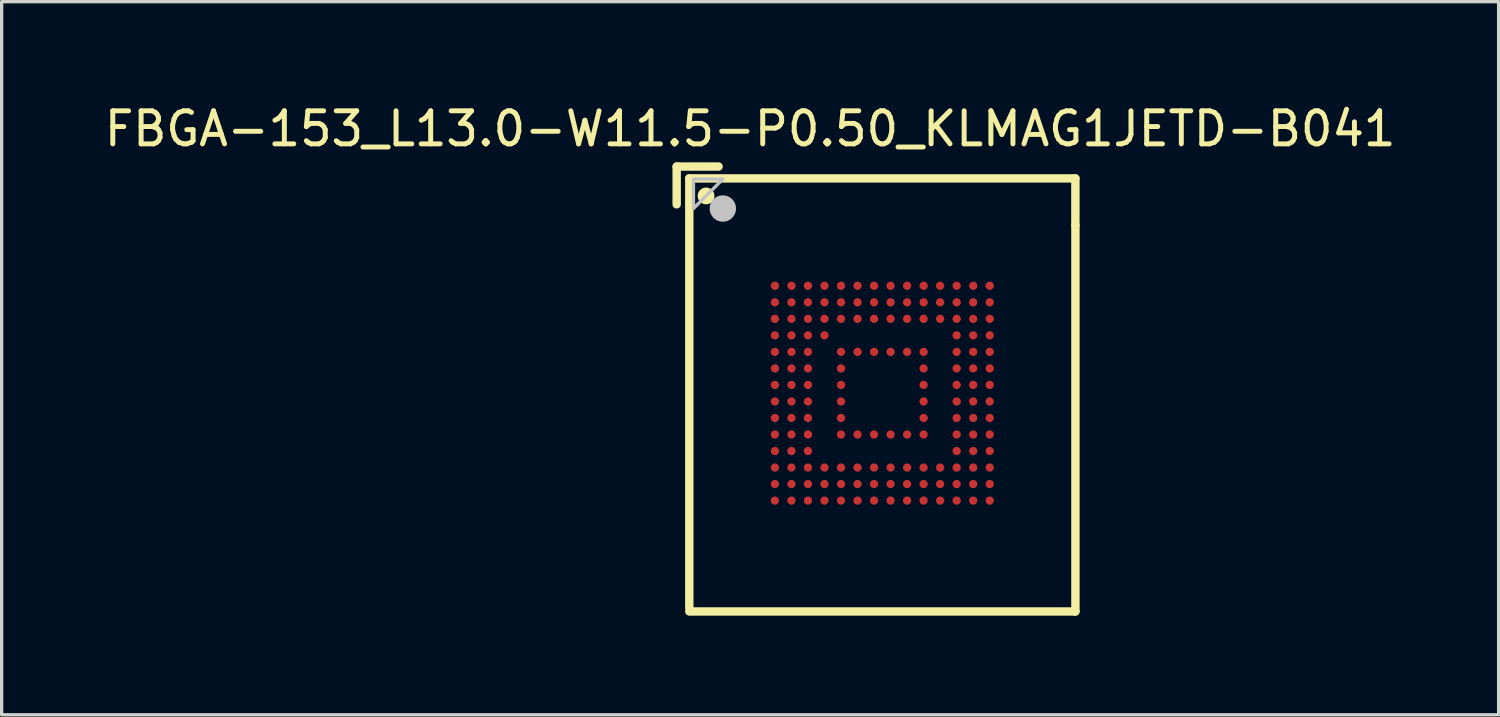
<source format=kicad_pcb>
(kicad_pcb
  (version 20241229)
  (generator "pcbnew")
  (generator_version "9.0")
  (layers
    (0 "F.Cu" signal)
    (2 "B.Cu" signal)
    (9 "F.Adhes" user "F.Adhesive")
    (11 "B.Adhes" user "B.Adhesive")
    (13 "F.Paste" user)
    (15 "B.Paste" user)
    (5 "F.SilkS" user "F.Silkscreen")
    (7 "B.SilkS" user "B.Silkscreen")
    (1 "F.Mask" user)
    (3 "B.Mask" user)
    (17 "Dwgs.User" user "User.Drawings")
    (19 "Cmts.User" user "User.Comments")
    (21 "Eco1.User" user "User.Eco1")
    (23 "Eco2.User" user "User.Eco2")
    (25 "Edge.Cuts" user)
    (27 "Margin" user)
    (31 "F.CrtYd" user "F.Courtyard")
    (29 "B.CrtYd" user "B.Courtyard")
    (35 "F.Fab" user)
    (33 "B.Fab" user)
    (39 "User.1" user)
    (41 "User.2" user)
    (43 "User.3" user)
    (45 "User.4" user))
  (footprint "FBGA-153_L13.0-W11.5-P0.50_KLMAG1JETD-B041"
    (layer "F.Cu")
    (at 23.649 8.848)
    (property "Reference" "FBGA-153_L13.0-W11.5-P0.50_KLMAG1JETD-B041" (at -4 -8 0) (layer "F.SilkS") (effects (font (size 1 1) (thickness 0.15))))
    (fp_line (start -6.223 -6.858) (end -6.223 -5.715) (stroke (width 0.254) (type default)) (layer "F.SilkS"))
    (fp_line (start -5.841 -6.5) (end 5.842 -6.5) (stroke (width 0.254) (type default)) (layer "F.SilkS"))
    (fp_line (start -5.841 6.5) (end -5.841 -6.5) (stroke (width 0.254) (type default)) (layer "F.SilkS"))
    (fp_line (start -5.841 6.605) (end 5.843 6.605) (stroke (width 0.254) (type default)) (layer "F.SilkS"))
    (fp_line (start -4.953 -6.858) (end -6.223 -6.858) (stroke (width 0.254) (type default)) (layer "F.SilkS"))
    (fp_line (start 5.842 -6.5) (end 5.842 -5.079) (stroke (width 0.254) (type default)) (layer "F.SilkS"))
    (fp_line (start 5.843 6.605) (end 5.843 -5.079) (stroke (width 0.254) (type default)) (layer "F.SilkS"))
    (fp_circle (center -5.334 -5.969) (end -5.207 -5.969) (stroke (width 0.254) (type default)) (fill no) (layer "F.SilkS"))
    (fp_poly (pts (xy -3.346 -3.37) (xy -3.154 -3.37) (xy -3.13 -3.346) (xy -3.13 -3.154) (xy -3.154 -3.13) (xy -3.346 -3.13) (xy -3.37 -3.154) (xy -3.37 -3.346)) (stroke (width 0) (type default)) (fill yes) (layer "F.Paste"))
    (fp_poly (pts (xy -3.346 -2.87) (xy -3.154 -2.87) (xy -3.13 -2.846) (xy -3.13 -2.654) (xy -3.154 -2.63) (xy -3.346 -2.63) (xy -3.37 -2.654) (xy -3.37 -2.846)) (stroke (width 0) (type default)) (fill yes) (layer "F.Paste"))
    (fp_poly (pts (xy -3.346 -2.37) (xy -3.154 -2.37) (xy -3.13 -2.346) (xy -3.13 -2.154) (xy -3.154 -2.13) (xy -3.346 -2.13) (xy -3.37 -2.154) (xy -3.37 -2.346)) (stroke (width 0) (type default)) (fill yes) (layer "F.Paste"))
    (fp_poly (pts (xy -3.346 -1.87) (xy -3.154 -1.87) (xy -3.13 -1.846) (xy -3.13 -1.654) (xy -3.154 -1.63) (xy -3.346 -1.63) (xy -3.37 -1.654) (xy -3.37 -1.846)) (stroke (width 0) (type default)) (fill yes) (layer "F.Paste"))
    (fp_poly (pts (xy -3.346 -1.37) (xy -3.154 -1.37) (xy -3.13 -1.346) (xy -3.13 -1.154) (xy -3.154 -1.13) (xy -3.346 -1.13) (xy -3.37 -1.154) (xy -3.37 -1.346)) (stroke (width 0) (type default)) (fill yes) (layer "F.Paste"))
    (fp_poly (pts (xy -3.346 -0.87) (xy -3.154 -0.87) (xy -3.13 -0.846) (xy -3.13 -0.654) (xy -3.154 -0.63) (xy -3.346 -0.63) (xy -3.37 -0.654) (xy -3.37 -0.846)) (stroke (width 0) (type default)) (fill yes) (layer "F.Paste"))
    (fp_poly (pts (xy -3.346 -0.37) (xy -3.154 -0.37) (xy -3.13 -0.346) (xy -3.13 -0.154) (xy -3.154 -0.13) (xy -3.346 -0.13) (xy -3.37 -0.154) (xy -3.37 -0.346)) (stroke (width 0) (type default)) (fill yes) (layer "F.Paste"))
    (fp_poly (pts (xy -3.346 0.13) (xy -3.154 0.13) (xy -3.13 0.154) (xy -3.13 0.346) (xy -3.154 0.37) (xy -3.346 0.37) (xy -3.37 0.346) (xy -3.37 0.154)) (stroke (width 0) (type default)) (fill yes) (layer "F.Paste"))
    (fp_poly (pts (xy -3.346 0.63) (xy -3.154 0.63) (xy -3.13 0.654) (xy -3.13 0.846) (xy -3.154 0.87) (xy -3.346 0.87) (xy -3.37 0.846) (xy -3.37 0.654)) (stroke (width 0) (type default)) (fill yes) (layer "F.Paste"))
    (fp_poly (pts (xy -3.346 1.13) (xy -3.154 1.13) (xy -3.13 1.154) (xy -3.13 1.346) (xy -3.154 1.37) (xy -3.346 1.37) (xy -3.37 1.346) (xy -3.37 1.154)) (stroke (width 0) (type default)) (fill yes) (layer "F.Paste"))
    (fp_poly (pts (xy -3.346 1.63) (xy -3.154 1.63) (xy -3.13 1.654) (xy -3.13 1.846) (xy -3.154 1.87) (xy -3.346 1.87) (xy -3.37 1.846) (xy -3.37 1.654)) (stroke (width 0) (type default)) (fill yes) (layer "F.Paste"))
    (fp_poly (pts (xy -3.346 2.13) (xy -3.154 2.13) (xy -3.13 2.154) (xy -3.13 2.346) (xy -3.154 2.37) (xy -3.346 2.37) (xy -3.37 2.346) (xy -3.37 2.154)) (stroke (width 0) (type default)) (fill yes) (layer "F.Paste"))
    (fp_poly (pts (xy -3.346 2.63) (xy -3.154 2.63) (xy -3.13 2.654) (xy -3.13 2.846) (xy -3.154 2.87) (xy -3.346 2.87) (xy -3.37 2.846) (xy -3.37 2.654)) (stroke (width 0) (type default)) (fill yes) (layer "F.Paste"))
    (fp_poly (pts (xy -3.346 3.13) (xy -3.154 3.13) (xy -3.13 3.154) (xy -3.13 3.346) (xy -3.154 3.37) (xy -3.346 3.37) (xy -3.37 3.346) (xy -3.37 3.154)) (stroke (width 0) (type default)) (fill yes) (layer "F.Paste"))
    (fp_poly (pts (xy -2.846 -3.37) (xy -2.654 -3.37) (xy -2.63 -3.346) (xy -2.63 -3.154) (xy -2.654 -3.13) (xy -2.846 -3.13) (xy -2.87 -3.154) (xy -2.87 -3.346)) (stroke (width 0) (type default)) (fill yes) (layer "F.Paste"))
    (fp_poly (pts (xy -2.846 -2.87) (xy -2.654 -2.87) (xy -2.63 -2.846) (xy -2.63 -2.654) (xy -2.654 -2.63) (xy -2.846 -2.63) (xy -2.87 -2.654) (xy -2.87 -2.846)) (stroke (width 0) (type default)) (fill yes) (layer "F.Paste"))
    (fp_poly (pts (xy -2.846 -2.37) (xy -2.654 -2.37) (xy -2.63 -2.346) (xy -2.63 -2.154) (xy -2.654 -2.13) (xy -2.846 -2.13) (xy -2.87 -2.154) (xy -2.87 -2.346)) (stroke (width 0) (type default)) (fill yes) (layer "F.Paste"))
    (fp_poly (pts (xy -2.846 -1.87) (xy -2.654 -1.87) (xy -2.63 -1.846) (xy -2.63 -1.654) (xy -2.654 -1.63) (xy -2.846 -1.63) (xy -2.87 -1.654) (xy -2.87 -1.846)) (stroke (width 0) (type default)) (fill yes) (layer "F.Paste"))
    (fp_poly (pts (xy -2.846 -1.37) (xy -2.654 -1.37) (xy -2.63 -1.346) (xy -2.63 -1.154) (xy -2.654 -1.13) (xy -2.846 -1.13) (xy -2.87 -1.154) (xy -2.87 -1.346)) (stroke (width 0) (type default)) (fill yes) (layer "F.Paste"))
    (fp_poly (pts (xy -2.846 -0.87) (xy -2.654 -0.87) (xy -2.63 -0.846) (xy -2.63 -0.654) (xy -2.654 -0.63) (xy -2.846 -0.63) (xy -2.87 -0.654) (xy -2.87 -0.846)) (stroke (width 0) (type default)) (fill yes) (layer "F.Paste"))
    (fp_poly (pts (xy -2.846 -0.37) (xy -2.654 -0.37) (xy -2.63 -0.346) (xy -2.63 -0.154) (xy -2.654 -0.13) (xy -2.846 -0.13) (xy -2.87 -0.154) (xy -2.87 -0.346)) (stroke (width 0) (type default)) (fill yes) (layer "F.Paste"))
    (fp_poly (pts (xy -2.846 0.13) (xy -2.654 0.13) (xy -2.63 0.154) (xy -2.63 0.346) (xy -2.654 0.37) (xy -2.846 0.37) (xy -2.87 0.346) (xy -2.87 0.154)) (stroke (width 0) (type default)) (fill yes) (layer "F.Paste"))
    (fp_poly (pts (xy -2.846 0.63) (xy -2.654 0.63) (xy -2.63 0.654) (xy -2.63 0.846) (xy -2.654 0.87) (xy -2.846 0.87) (xy -2.87 0.846) (xy -2.87 0.654)) (stroke (width 0) (type default)) (fill yes) (layer "F.Paste"))
    (fp_poly (pts (xy -2.846 1.13) (xy -2.654 1.13) (xy -2.63 1.154) (xy -2.63 1.346) (xy -2.654 1.37) (xy -2.846 1.37) (xy -2.87 1.346) (xy -2.87 1.154)) (stroke (width 0) (type default)) (fill yes) (layer "F.Paste"))
    (fp_poly (pts (xy -2.846 1.63) (xy -2.654 1.63) (xy -2.63 1.654) (xy -2.63 1.846) (xy -2.654 1.87) (xy -2.846 1.87) (xy -2.87 1.846) (xy -2.87 1.654)) (stroke (width 0) (type default)) (fill yes) (layer "F.Paste"))
    (fp_poly (pts (xy -2.846 2.13) (xy -2.654 2.13) (xy -2.63 2.154) (xy -2.63 2.346) (xy -2.654 2.37) (xy -2.846 2.37) (xy -2.87 2.346) (xy -2.87 2.154)) (stroke (width 0) (type default)) (fill yes) (layer "F.Paste"))
    (fp_poly (pts (xy -2.846 2.63) (xy -2.654 2.63) (xy -2.63 2.654) (xy -2.63 2.846) (xy -2.654 2.87) (xy -2.846 2.87) (xy -2.87 2.846) (xy -2.87 2.654)) (stroke (width 0) (type default)) (fill yes) (layer "F.Paste"))
    (fp_poly (pts (xy -2.846 3.13) (xy -2.654 3.13) (xy -2.63 3.154) (xy -2.63 3.346) (xy -2.654 3.37) (xy -2.846 3.37) (xy -2.87 3.346) (xy -2.87 3.154)) (stroke (width 0) (type default)) (fill yes) (layer "F.Paste"))
    (fp_poly (pts (xy -2.346 -3.37) (xy -2.154 -3.37) (xy -2.13 -3.346) (xy -2.13 -3.154) (xy -2.154 -3.13) (xy -2.346 -3.13) (xy -2.37 -3.154) (xy -2.37 -3.346)) (stroke (width 0) (type default)) (fill yes) (layer "F.Paste"))
    (fp_poly (pts (xy -2.346 -2.87) (xy -2.154 -2.87) (xy -2.13 -2.846) (xy -2.13 -2.654) (xy -2.154 -2.63) (xy -2.346 -2.63) (xy -2.37 -2.654) (xy -2.37 -2.846)) (stroke (width 0) (type default)) (fill yes) (layer "F.Paste"))
    (fp_poly (pts (xy -2.346 -2.37) (xy -2.154 -2.37) (xy -2.13 -2.346) (xy -2.13 -2.154) (xy -2.154 -2.13) (xy -2.346 -2.13) (xy -2.37 -2.154) (xy -2.37 -2.346)) (stroke (width 0) (type default)) (fill yes) (layer "F.Paste"))
    (fp_poly (pts (xy -2.346 -1.87) (xy -2.154 -1.87) (xy -2.13 -1.846) (xy -2.13 -1.654) (xy -2.154 -1.63) (xy -2.346 -1.63) (xy -2.37 -1.654) (xy -2.37 -1.846)) (stroke (width 0) (type default)) (fill yes) (layer "F.Paste"))
    (fp_poly (pts (xy -2.346 -1.37) (xy -2.154 -1.37) (xy -2.13 -1.346) (xy -2.13 -1.154) (xy -2.154 -1.13) (xy -2.346 -1.13) (xy -2.37 -1.154) (xy -2.37 -1.346)) (stroke (width 0) (type default)) (fill yes) (layer "F.Paste"))
    (fp_poly (pts (xy -2.346 -0.87) (xy -2.154 -0.87) (xy -2.13 -0.846) (xy -2.13 -0.654) (xy -2.154 -0.63) (xy -2.346 -0.63) (xy -2.37 -0.654) (xy -2.37 -0.846)) (stroke (width 0) (type default)) (fill yes) (layer "F.Paste"))
    (fp_poly (pts (xy -2.346 -0.37) (xy -2.154 -0.37) (xy -2.13 -0.346) (xy -2.13 -0.154) (xy -2.154 -0.13) (xy -2.346 -0.13) (xy -2.37 -0.154) (xy -2.37 -0.346)) (stroke (width 0) (type default)) (fill yes) (layer "F.Paste"))
    (fp_poly (pts (xy -2.346 0.13) (xy -2.154 0.13) (xy -2.13 0.154) (xy -2.13 0.346) (xy -2.154 0.37) (xy -2.346 0.37) (xy -2.37 0.346) (xy -2.37 0.154)) (stroke (width 0) (type default)) (fill yes) (layer "F.Paste"))
    (fp_poly (pts (xy -2.346 0.63) (xy -2.154 0.63) (xy -2.13 0.654) (xy -2.13 0.846) (xy -2.154 0.87) (xy -2.346 0.87) (xy -2.37 0.846) (xy -2.37 0.654)) (stroke (width 0) (type default)) (fill yes) (layer "F.Paste"))
    (fp_poly (pts (xy -2.346 1.13) (xy -2.154 1.13) (xy -2.13 1.154) (xy -2.13 1.346) (xy -2.154 1.37) (xy -2.346 1.37) (xy -2.37 1.346) (xy -2.37 1.154)) (stroke (width 0) (type default)) (fill yes) (layer "F.Paste"))
    (fp_poly (pts (xy -2.346 1.63) (xy -2.154 1.63) (xy -2.13 1.654) (xy -2.13 1.846) (xy -2.154 1.87) (xy -2.346 1.87) (xy -2.37 1.846) (xy -2.37 1.654)) (stroke (width 0) (type default)) (fill yes) (layer "F.Paste"))
    (fp_poly (pts (xy -2.346 2.13) (xy -2.154 2.13) (xy -2.13 2.154) (xy -2.13 2.346) (xy -2.154 2.37) (xy -2.346 2.37) (xy -2.37 2.346) (xy -2.37 2.154)) (stroke (width 0) (type default)) (fill yes) (layer "F.Paste"))
    (fp_poly (pts (xy -2.346 2.63) (xy -2.154 2.63) (xy -2.13 2.654) (xy -2.13 2.846) (xy -2.154 2.87) (xy -2.346 2.87) (xy -2.37 2.846) (xy -2.37 2.654)) (stroke (width 0) (type default)) (fill yes) (layer "F.Paste"))
    (fp_poly (pts (xy -2.346 3.13) (xy -2.154 3.13) (xy -2.13 3.154) (xy -2.13 3.346) (xy -2.154 3.37) (xy -2.346 3.37) (xy -2.37 3.346) (xy -2.37 3.154)) (stroke (width 0) (type default)) (fill yes) (layer "F.Paste"))
    (fp_poly (pts (xy -1.846 -3.37) (xy -1.654 -3.37) (xy -1.63 -3.346) (xy -1.63 -3.154) (xy -1.654 -3.13) (xy -1.846 -3.13) (xy -1.87 -3.154) (xy -1.87 -3.346)) (stroke (width 0) (type default)) (fill yes) (layer "F.Paste"))
    (fp_poly (pts (xy -1.846 -2.87) (xy -1.654 -2.87) (xy -1.63 -2.846) (xy -1.63 -2.654) (xy -1.654 -2.63) (xy -1.846 -2.63) (xy -1.87 -2.654) (xy -1.87 -2.846)) (stroke (width 0) (type default)) (fill yes) (layer "F.Paste"))
    (fp_poly (pts (xy -1.846 -2.37) (xy -1.654 -2.37) (xy -1.63 -2.346) (xy -1.63 -2.154) (xy -1.654 -2.13) (xy -1.846 -2.13) (xy -1.87 -2.154) (xy -1.87 -2.346)) (stroke (width 0) (type default)) (fill yes) (layer "F.Paste"))
    (fp_poly (pts (xy -1.846 -1.87) (xy -1.654 -1.87) (xy -1.63 -1.846) (xy -1.63 -1.654) (xy -1.654 -1.63) (xy -1.846 -1.63) (xy -1.87 -1.654) (xy -1.87 -1.846)) (stroke (width 0) (type default)) (fill yes) (layer "F.Paste"))
    (fp_poly (pts (xy -1.846 2.13) (xy -1.654 2.13) (xy -1.63 2.154) (xy -1.63 2.346) (xy -1.654 2.37) (xy -1.846 2.37) (xy -1.87 2.346) (xy -1.87 2.154)) (stroke (width 0) (type default)) (fill yes) (layer "F.Paste"))
    (fp_poly (pts (xy -1.846 2.63) (xy -1.654 2.63) (xy -1.63 2.654) (xy -1.63 2.846) (xy -1.654 2.87) (xy -1.846 2.87) (xy -1.87 2.846) (xy -1.87 2.654)) (stroke (width 0) (type default)) (fill yes) (layer "F.Paste"))
    (fp_poly (pts (xy -1.846 3.13) (xy -1.654 3.13) (xy -1.63 3.154) (xy -1.63 3.346) (xy -1.654 3.37) (xy -1.846 3.37) (xy -1.87 3.346) (xy -1.87 3.154)) (stroke (width 0) (type default)) (fill yes) (layer "F.Paste"))
    (fp_poly (pts (xy -1.346 -3.37) (xy -1.154 -3.37) (xy -1.13 -3.346) (xy -1.13 -3.154) (xy -1.154 -3.13) (xy -1.346 -3.13) (xy -1.37 -3.154) (xy -1.37 -3.346)) (stroke (width 0) (type default)) (fill yes) (layer "F.Paste"))
    (fp_poly (pts (xy -1.346 -2.87) (xy -1.154 -2.87) (xy -1.13 -2.846) (xy -1.13 -2.654) (xy -1.154 -2.63) (xy -1.346 -2.63) (xy -1.37 -2.654) (xy -1.37 -2.846)) (stroke (width 0) (type default)) (fill yes) (layer "F.Paste"))
    (fp_poly (pts (xy -1.346 -2.37) (xy -1.154 -2.37) (xy -1.13 -2.346) (xy -1.13 -2.154) (xy -1.154 -2.13) (xy -1.346 -2.13) (xy -1.37 -2.154) (xy -1.37 -2.346)) (stroke (width 0) (type default)) (fill yes) (layer "F.Paste"))
    (fp_poly (pts (xy -1.346 -1.37) (xy -1.154 -1.37) (xy -1.13 -1.346) (xy -1.13 -1.154) (xy -1.154 -1.13) (xy -1.346 -1.13) (xy -1.37 -1.154) (xy -1.37 -1.346)) (stroke (width 0) (type default)) (fill yes) (layer "F.Paste"))
    (fp_poly (pts (xy -1.346 -0.87) (xy -1.154 -0.87) (xy -1.13 -0.846) (xy -1.13 -0.654) (xy -1.154 -0.63) (xy -1.346 -0.63) (xy -1.37 -0.654) (xy -1.37 -0.846)) (stroke (width 0) (type default)) (fill yes) (layer "F.Paste"))
    (fp_poly (pts (xy -1.346 -0.37) (xy -1.154 -0.37) (xy -1.13 -0.346) (xy -1.13 -0.154) (xy -1.154 -0.13) (xy -1.346 -0.13) (xy -1.37 -0.154) (xy -1.37 -0.346)) (stroke (width 0) (type default)) (fill yes) (layer "F.Paste"))
    (fp_poly (pts (xy -1.346 0.13) (xy -1.154 0.13) (xy -1.13 0.154) (xy -1.13 0.346) (xy -1.154 0.37) (xy -1.346 0.37) (xy -1.37 0.346) (xy -1.37 0.154)) (stroke (width 0) (type default)) (fill yes) (layer "F.Paste"))
    (fp_poly (pts (xy -1.346 0.63) (xy -1.154 0.63) (xy -1.13 0.654) (xy -1.13 0.846) (xy -1.154 0.87) (xy -1.346 0.87) (xy -1.37 0.846) (xy -1.37 0.654)) (stroke (width 0) (type default)) (fill yes) (layer "F.Paste"))
    (fp_poly (pts (xy -1.346 1.13) (xy -1.154 1.13) (xy -1.13 1.154) (xy -1.13 1.346) (xy -1.154 1.37) (xy -1.346 1.37) (xy -1.37 1.346) (xy -1.37 1.154)) (stroke (width 0) (type default)) (fill yes) (layer "F.Paste"))
    (fp_poly (pts (xy -1.346 2.13) (xy -1.154 2.13) (xy -1.13 2.154) (xy -1.13 2.346) (xy -1.154 2.37) (xy -1.346 2.37) (xy -1.37 2.346) (xy -1.37 2.154)) (stroke (width 0) (type default)) (fill yes) (layer "F.Paste"))
    (fp_poly (pts (xy -1.346 2.63) (xy -1.154 2.63) (xy -1.13 2.654) (xy -1.13 2.846) (xy -1.154 2.87) (xy -1.346 2.87) (xy -1.37 2.846) (xy -1.37 2.654)) (stroke (width 0) (type default)) (fill yes) (layer "F.Paste"))
    (fp_poly (pts (xy -1.346 3.13) (xy -1.154 3.13) (xy -1.13 3.154) (xy -1.13 3.346) (xy -1.154 3.37) (xy -1.346 3.37) (xy -1.37 3.346) (xy -1.37 3.154)) (stroke (width 0) (type default)) (fill yes) (layer "F.Paste"))
    (fp_poly (pts (xy -0.846 -3.37) (xy -0.654 -3.37) (xy -0.63 -3.346) (xy -0.63 -3.154) (xy -0.654 -3.13) (xy -0.846 -3.13) (xy -0.87 -3.154) (xy -0.87 -3.346)) (stroke (width 0) (type default)) (fill yes) (layer "F.Paste"))
    (fp_poly (pts (xy -0.846 -2.87) (xy -0.654 -2.87) (xy -0.63 -2.846) (xy -0.63 -2.654) (xy -0.654 -2.63) (xy -0.846 -2.63) (xy -0.87 -2.654) (xy -0.87 -2.846)) (stroke (width 0) (type default)) (fill yes) (layer "F.Paste"))
    (fp_poly (pts (xy -0.846 -2.37) (xy -0.654 -2.37) (xy -0.63 -2.346) (xy -0.63 -2.154) (xy -0.654 -2.13) (xy -0.846 -2.13) (xy -0.87 -2.154) (xy -0.87 -2.346)) (stroke (width 0) (type default)) (fill yes) (layer "F.Paste"))
    (fp_poly (pts (xy -0.846 -1.37) (xy -0.654 -1.37) (xy -0.63 -1.346) (xy -0.63 -1.154) (xy -0.654 -1.13) (xy -0.846 -1.13) (xy -0.87 -1.154) (xy -0.87 -1.346)) (stroke (width 0) (type default)) (fill yes) (layer "F.Paste"))
    (fp_poly (pts (xy -0.846 1.13) (xy -0.654 1.13) (xy -0.63 1.154) (xy -0.63 1.346) (xy -0.654 1.37) (xy -0.846 1.37) (xy -0.87 1.346) (xy -0.87 1.154)) (stroke (width 0) (type default)) (fill yes) (layer "F.Paste"))
    (fp_poly (pts (xy -0.846 2.13) (xy -0.654 2.13) (xy -0.63 2.154) (xy -0.63 2.346) (xy -0.654 2.37) (xy -0.846 2.37) (xy -0.87 2.346) (xy -0.87 2.154)) (stroke (width 0) (type default)) (fill yes) (layer "F.Paste"))
    (fp_poly (pts (xy -0.846 2.63) (xy -0.654 2.63) (xy -0.63 2.654) (xy -0.63 2.846) (xy -0.654 2.87) (xy -0.846 2.87) (xy -0.87 2.846) (xy -0.87 2.654)) (stroke (width 0) (type default)) (fill yes) (layer "F.Paste"))
    (fp_poly (pts (xy -0.846 3.13) (xy -0.654 3.13) (xy -0.63 3.154) (xy -0.63 3.346) (xy -0.654 3.37) (xy -0.846 3.37) (xy -0.87 3.346) (xy -0.87 3.154)) (stroke (width 0) (type default)) (fill yes) (layer "F.Paste"))
    (fp_poly (pts (xy -0.346 -3.37) (xy -0.154 -3.37) (xy -0.13 -3.346) (xy -0.13 -3.154) (xy -0.154 -3.13) (xy -0.346 -3.13) (xy -0.37 -3.154) (xy -0.37 -3.346)) (stroke (width 0) (type default)) (fill yes) (layer "F.Paste"))
    (fp_poly (pts (xy -0.346 -2.87) (xy -0.154 -2.87) (xy -0.13 -2.846) (xy -0.13 -2.654) (xy -0.154 -2.63) (xy -0.346 -2.63) (xy -0.37 -2.654) (xy -0.37 -2.846)) (stroke (width 0) (type default)) (fill yes) (layer "F.Paste"))
    (fp_poly (pts (xy -0.346 -2.37) (xy -0.154 -2.37) (xy -0.13 -2.346) (xy -0.13 -2.154) (xy -0.154 -2.13) (xy -0.346 -2.13) (xy -0.37 -2.154) (xy -0.37 -2.346)) (stroke (width 0) (type default)) (fill yes) (layer "F.Paste"))
    (fp_poly (pts (xy -0.346 -1.37) (xy -0.154 -1.37) (xy -0.13 -1.346) (xy -0.13 -1.154) (xy -0.154 -1.13) (xy -0.346 -1.13) (xy -0.37 -1.154) (xy -0.37 -1.346)) (stroke (width 0) (type default)) (fill yes) (layer "F.Paste"))
    (fp_poly (pts (xy -0.346 1.13) (xy -0.154 1.13) (xy -0.13 1.154) (xy -0.13 1.346) (xy -0.154 1.37) (xy -0.346 1.37) (xy -0.37 1.346) (xy -0.37 1.154)) (stroke (width 0) (type default)) (fill yes) (layer "F.Paste"))
    (fp_poly (pts (xy -0.346 2.13) (xy -0.154 2.13) (xy -0.13 2.154) (xy -0.13 2.346) (xy -0.154 2.37) (xy -0.346 2.37) (xy -0.37 2.346) (xy -0.37 2.154)) (stroke (width 0) (type default)) (fill yes) (layer "F.Paste"))
    (fp_poly (pts (xy -0.346 2.63) (xy -0.154 2.63) (xy -0.13 2.654) (xy -0.13 2.846) (xy -0.154 2.87) (xy -0.346 2.87) (xy -0.37 2.846) (xy -0.37 2.654)) (stroke (width 0) (type default)) (fill yes) (layer "F.Paste"))
    (fp_poly (pts (xy -0.346 3.13) (xy -0.154 3.13) (xy -0.13 3.154) (xy -0.13 3.346) (xy -0.154 3.37) (xy -0.346 3.37) (xy -0.37 3.346) (xy -0.37 3.154)) (stroke (width 0) (type default)) (fill yes) (layer "F.Paste"))
    (fp_poly (pts (xy 0.154 -3.37) (xy 0.346 -3.37) (xy 0.37 -3.346) (xy 0.37 -3.154) (xy 0.346 -3.13) (xy 0.154 -3.13) (xy 0.13 -3.154) (xy 0.13 -3.346)) (stroke (width 0) (type default)) (fill yes) (layer "F.Paste"))
    (fp_poly (pts (xy 0.154 -2.87) (xy 0.346 -2.87) (xy 0.37 -2.846) (xy 0.37 -2.654) (xy 0.346 -2.63) (xy 0.154 -2.63) (xy 0.13 -2.654) (xy 0.13 -2.846)) (stroke (width 0) (type default)) (fill yes) (layer "F.Paste"))
    (fp_poly (pts (xy 0.154 -2.37) (xy 0.346 -2.37) (xy 0.37 -2.346) (xy 0.37 -2.154) (xy 0.346 -2.13) (xy 0.154 -2.13) (xy 0.13 -2.154) (xy 0.13 -2.346)) (stroke (width 0) (type default)) (fill yes) (layer "F.Paste"))
    (fp_poly (pts (xy 0.154 -1.37) (xy 0.346 -1.37) (xy 0.37 -1.346) (xy 0.37 -1.154) (xy 0.346 -1.13) (xy 0.154 -1.13) (xy 0.13 -1.154) (xy 0.13 -1.346)) (stroke (width 0) (type default)) (fill yes) (layer "F.Paste"))
    (fp_poly (pts (xy 0.154 1.13) (xy 0.346 1.13) (xy 0.37 1.154) (xy 0.37 1.346) (xy 0.346 1.37) (xy 0.154 1.37) (xy 0.13 1.346) (xy 0.13 1.154)) (stroke (width 0) (type default)) (fill yes) (layer "F.Paste"))
    (fp_poly (pts (xy 0.154 2.13) (xy 0.346 2.13) (xy 0.37 2.154) (xy 0.37 2.346) (xy 0.346 2.37) (xy 0.154 2.37) (xy 0.13 2.346) (xy 0.13 2.154)) (stroke (width 0) (type default)) (fill yes) (layer "F.Paste"))
    (fp_poly (pts (xy 0.154 2.63) (xy 0.346 2.63) (xy 0.37 2.654) (xy 0.37 2.846) (xy 0.346 2.87) (xy 0.154 2.87) (xy 0.13 2.846) (xy 0.13 2.654)) (stroke (width 0) (type default)) (fill yes) (layer "F.Paste"))
    (fp_poly (pts (xy 0.154 3.13) (xy 0.346 3.13) (xy 0.37 3.154) (xy 0.37 3.346) (xy 0.346 3.37) (xy 0.154 3.37) (xy 0.13 3.346) (xy 0.13 3.154)) (stroke (width 0) (type default)) (fill yes) (layer "F.Paste"))
    (fp_poly (pts (xy 0.654 -3.37) (xy 0.846 -3.37) (xy 0.87 -3.346) (xy 0.87 -3.154) (xy 0.846 -3.13) (xy 0.654 -3.13) (xy 0.63 -3.154) (xy 0.63 -3.346)) (stroke (width 0) (type default)) (fill yes) (layer "F.Paste"))
    (fp_poly (pts (xy 0.654 -2.87) (xy 0.846 -2.87) (xy 0.87 -2.846) (xy 0.87 -2.654) (xy 0.846 -2.63) (xy 0.654 -2.63) (xy 0.63 -2.654) (xy 0.63 -2.846)) (stroke (width 0) (type default)) (fill yes) (layer "F.Paste"))
    (fp_poly (pts (xy 0.654 -2.37) (xy 0.846 -2.37) (xy 0.87 -2.346) (xy 0.87 -2.154) (xy 0.846 -2.13) (xy 0.654 -2.13) (xy 0.63 -2.154) (xy 0.63 -2.346)) (stroke (width 0) (type default)) (fill yes) (layer "F.Paste"))
    (fp_poly (pts (xy 0.654 -1.37) (xy 0.846 -1.37) (xy 0.87 -1.346) (xy 0.87 -1.154) (xy 0.846 -1.13) (xy 0.654 -1.13) (xy 0.63 -1.154) (xy 0.63 -1.346)) (stroke (width 0) (type default)) (fill yes) (layer "F.Paste"))
    (fp_poly (pts (xy 0.654 1.13) (xy 0.846 1.13) (xy 0.87 1.154) (xy 0.87 1.346) (xy 0.846 1.37) (xy 0.654 1.37) (xy 0.63 1.346) (xy 0.63 1.154)) (stroke (width 0) (type default)) (fill yes) (layer "F.Paste"))
    (fp_poly (pts (xy 0.654 2.13) (xy 0.846 2.13) (xy 0.87 2.154) (xy 0.87 2.346) (xy 0.846 2.37) (xy 0.654 2.37) (xy 0.63 2.346) (xy 0.63 2.154)) (stroke (width 0) (type default)) (fill yes) (layer "F.Paste"))
    (fp_poly (pts (xy 0.654 2.63) (xy 0.846 2.63) (xy 0.87 2.654) (xy 0.87 2.846) (xy 0.846 2.87) (xy 0.654 2.87) (xy 0.63 2.846) (xy 0.63 2.654)) (stroke (width 0) (type default)) (fill yes) (layer "F.Paste"))
    (fp_poly (pts (xy 0.654 3.13) (xy 0.846 3.13) (xy 0.87 3.154) (xy 0.87 3.346) (xy 0.846 3.37) (xy 0.654 3.37) (xy 0.63 3.346) (xy 0.63 3.154)) (stroke (width 0) (type default)) (fill yes) (layer "F.Paste"))
    (fp_poly (pts (xy 1.154 -3.37) (xy 1.346 -3.37) (xy 1.37 -3.346) (xy 1.37 -3.154) (xy 1.346 -3.13) (xy 1.154 -3.13) (xy 1.13 -3.154) (xy 1.13 -3.346)) (stroke (width 0) (type default)) (fill yes) (layer "F.Paste"))
    (fp_poly (pts (xy 1.154 -2.87) (xy 1.346 -2.87) (xy 1.37 -2.846) (xy 1.37 -2.654) (xy 1.346 -2.63) (xy 1.154 -2.63) (xy 1.13 -2.654) (xy 1.13 -2.846)) (stroke (width 0) (type default)) (fill yes) (layer "F.Paste"))
    (fp_poly (pts (xy 1.154 -2.37) (xy 1.346 -2.37) (xy 1.37 -2.346) (xy 1.37 -2.154) (xy 1.346 -2.13) (xy 1.154 -2.13) (xy 1.13 -2.154) (xy 1.13 -2.346)) (stroke (width 0) (type default)) (fill yes) (layer "F.Paste"))
    (fp_poly (pts (xy 1.154 -1.37) (xy 1.346 -1.37) (xy 1.37 -1.346) (xy 1.37 -1.154) (xy 1.346 -1.13) (xy 1.154 -1.13) (xy 1.13 -1.154) (xy 1.13 -1.346)) (stroke (width 0) (type default)) (fill yes) (layer "F.Paste"))
    (fp_poly (pts (xy 1.154 -0.87) (xy 1.346 -0.87) (xy 1.37 -0.846) (xy 1.37 -0.654) (xy 1.346 -0.63) (xy 1.154 -0.63) (xy 1.13 -0.654) (xy 1.13 -0.846)) (stroke (width 0) (type default)) (fill yes) (layer "F.Paste"))
    (fp_poly (pts (xy 1.154 -0.37) (xy 1.346 -0.37) (xy 1.37 -0.346) (xy 1.37 -0.154) (xy 1.346 -0.13) (xy 1.154 -0.13) (xy 1.13 -0.154) (xy 1.13 -0.346)) (stroke (width 0) (type default)) (fill yes) (layer "F.Paste"))
    (fp_poly (pts (xy 1.154 0.13) (xy 1.346 0.13) (xy 1.37 0.154) (xy 1.37 0.346) (xy 1.346 0.37) (xy 1.154 0.37) (xy 1.13 0.346) (xy 1.13 0.154)) (stroke (width 0) (type default)) (fill yes) (layer "F.Paste"))
    (fp_poly (pts (xy 1.154 0.63) (xy 1.346 0.63) (xy 1.37 0.654) (xy 1.37 0.846) (xy 1.346 0.87) (xy 1.154 0.87) (xy 1.13 0.846) (xy 1.13 0.654)) (stroke (width 0) (type default)) (fill yes) (layer "F.Paste"))
    (fp_poly (pts (xy 1.154 1.13) (xy 1.346 1.13) (xy 1.37 1.154) (xy 1.37 1.346) (xy 1.346 1.37) (xy 1.154 1.37) (xy 1.13 1.346) (xy 1.13 1.154)) (stroke (width 0) (type default)) (fill yes) (layer "F.Paste"))
    (fp_poly (pts (xy 1.154 2.13) (xy 1.346 2.13) (xy 1.37 2.154) (xy 1.37 2.346) (xy 1.346 2.37) (xy 1.154 2.37) (xy 1.13 2.346) (xy 1.13 2.154)) (stroke (width 0) (type default)) (fill yes) (layer "F.Paste"))
    (fp_poly (pts (xy 1.154 2.63) (xy 1.346 2.63) (xy 1.37 2.654) (xy 1.37 2.846) (xy 1.346 2.87) (xy 1.154 2.87) (xy 1.13 2.846) (xy 1.13 2.654)) (stroke (width 0) (type default)) (fill yes) (layer "F.Paste"))
    (fp_poly (pts (xy 1.154 3.13) (xy 1.346 3.13) (xy 1.37 3.154) (xy 1.37 3.346) (xy 1.346 3.37) (xy 1.154 3.37) (xy 1.13 3.346) (xy 1.13 3.154)) (stroke (width 0) (type default)) (fill yes) (layer "F.Paste"))
    (fp_poly (pts (xy 1.654 -3.37) (xy 1.846 -3.37) (xy 1.87 -3.346) (xy 1.87 -3.154) (xy 1.846 -3.13) (xy 1.654 -3.13) (xy 1.63 -3.154) (xy 1.63 -3.346)) (stroke (width 0) (type default)) (fill yes) (layer "F.Paste"))
    (fp_poly (pts (xy 1.654 -2.87) (xy 1.846 -2.87) (xy 1.87 -2.846) (xy 1.87 -2.654) (xy 1.846 -2.63) (xy 1.654 -2.63) (xy 1.63 -2.654) (xy 1.63 -2.846)) (stroke (width 0) (type default)) (fill yes) (layer "F.Paste"))
    (fp_poly (pts (xy 1.654 -2.37) (xy 1.846 -2.37) (xy 1.87 -2.346) (xy 1.87 -2.154) (xy 1.846 -2.13) (xy 1.654 -2.13) (xy 1.63 -2.154) (xy 1.63 -2.346)) (stroke (width 0) (type default)) (fill yes) (layer "F.Paste"))
    (fp_poly (pts (xy 1.654 2.13) (xy 1.846 2.13) (xy 1.87 2.154) (xy 1.87 2.346) (xy 1.846 2.37) (xy 1.654 2.37) (xy 1.63 2.346) (xy 1.63 2.154)) (stroke (width 0) (type default)) (fill yes) (layer "F.Paste"))
    (fp_poly (pts (xy 1.654 2.63) (xy 1.846 2.63) (xy 1.87 2.654) (xy 1.87 2.846) (xy 1.846 2.87) (xy 1.654 2.87) (xy 1.63 2.846) (xy 1.63 2.654)) (stroke (width 0) (type default)) (fill yes) (layer "F.Paste"))
    (fp_poly (pts (xy 1.654 3.13) (xy 1.846 3.13) (xy 1.87 3.154) (xy 1.87 3.346) (xy 1.846 3.37) (xy 1.654 3.37) (xy 1.63 3.346) (xy 1.63 3.154)) (stroke (width 0) (type default)) (fill yes) (layer "F.Paste"))
    (fp_poly (pts (xy 2.154 -3.37) (xy 2.346 -3.37) (xy 2.37 -3.346) (xy 2.37 -3.154) (xy 2.346 -3.13) (xy 2.154 -3.13) (xy 2.13 -3.154) (xy 2.13 -3.346)) (stroke (width 0) (type default)) (fill yes) (layer "F.Paste"))
    (fp_poly (pts (xy 2.154 -2.87) (xy 2.346 -2.87) (xy 2.37 -2.846) (xy 2.37 -2.654) (xy 2.346 -2.63) (xy 2.154 -2.63) (xy 2.13 -2.654) (xy 2.13 -2.846)) (stroke (width 0) (type default)) (fill yes) (layer "F.Paste"))
    (fp_poly (pts (xy 2.154 -2.37) (xy 2.346 -2.37) (xy 2.37 -2.346) (xy 2.37 -2.154) (xy 2.346 -2.13) (xy 2.154 -2.13) (xy 2.13 -2.154) (xy 2.13 -2.346)) (stroke (width 0) (type default)) (fill yes) (layer "F.Paste"))
    (fp_poly (pts (xy 2.154 -1.871) (xy 2.346 -1.871) (xy 2.37 -1.847) (xy 2.37 -1.655) (xy 2.346 -1.631) (xy 2.154 -1.631) (xy 2.13 -1.655) (xy 2.13 -1.847)) (stroke (width 0) (type default)) (fill yes) (layer "F.Paste"))
    (fp_poly (pts (xy 2.154 -1.37) (xy 2.346 -1.37) (xy 2.37 -1.346) (xy 2.37 -1.154) (xy 2.346 -1.13) (xy 2.154 -1.13) (xy 2.13 -1.154) (xy 2.13 -1.346)) (stroke (width 0) (type default)) (fill yes) (layer "F.Paste"))
    (fp_poly (pts (xy 2.154 -0.87) (xy 2.346 -0.87) (xy 2.37 -0.846) (xy 2.37 -0.654) (xy 2.346 -0.63) (xy 2.154 -0.63) (xy 2.13 -0.654) (xy 2.13 -0.846)) (stroke (width 0) (type default)) (fill yes) (layer "F.Paste"))
    (fp_poly (pts (xy 2.154 -0.37) (xy 2.346 -0.37) (xy 2.37 -0.346) (xy 2.37 -0.154) (xy 2.346 -0.13) (xy 2.154 -0.13) (xy 2.13 -0.154) (xy 2.13 -0.346)) (stroke (width 0) (type default)) (fill yes) (layer "F.Paste"))
    (fp_poly (pts (xy 2.154 0.13) (xy 2.346 0.13) (xy 2.37 0.154) (xy 2.37 0.346) (xy 2.346 0.37) (xy 2.154 0.37) (xy 2.13 0.346) (xy 2.13 0.154)) (stroke (width 0) (type default)) (fill yes) (layer "F.Paste"))
    (fp_poly (pts (xy 2.154 0.63) (xy 2.346 0.63) (xy 2.37 0.654) (xy 2.37 0.846) (xy 2.346 0.87) (xy 2.154 0.87) (xy 2.13 0.846) (xy 2.13 0.654)) (stroke (width 0) (type default)) (fill yes) (layer "F.Paste"))
    (fp_poly (pts (xy 2.154 1.129) (xy 2.346 1.129) (xy 2.37 1.153) (xy 2.37 1.345) (xy 2.346 1.369) (xy 2.154 1.369) (xy 2.13 1.345) (xy 2.13 1.153)) (stroke (width 0) (type default)) (fill yes) (layer "F.Paste"))
    (fp_poly (pts (xy 2.154 1.63) (xy 2.346 1.63) (xy 2.37 1.654) (xy 2.37 1.846) (xy 2.346 1.87) (xy 2.154 1.87) (xy 2.13 1.846) (xy 2.13 1.654)) (stroke (width 0) (type default)) (fill yes) (layer "F.Paste"))
    (fp_poly (pts (xy 2.154 2.13) (xy 2.346 2.13) (xy 2.37 2.154) (xy 2.37 2.346) (xy 2.346 2.37) (xy 2.154 2.37) (xy 2.13 2.346) (xy 2.13 2.154)) (stroke (width 0) (type default)) (fill yes) (layer "F.Paste"))
    (fp_poly (pts (xy 2.154 2.63) (xy 2.346 2.63) (xy 2.37 2.654) (xy 2.37 2.846) (xy 2.346 2.87) (xy 2.154 2.87) (xy 2.13 2.846) (xy 2.13 2.654)) (stroke (width 0) (type default)) (fill yes) (layer "F.Paste"))
    (fp_poly (pts (xy 2.154 3.13) (xy 2.346 3.13) (xy 2.37 3.154) (xy 2.37 3.346) (xy 2.346 3.37) (xy 2.154 3.37) (xy 2.13 3.346) (xy 2.13 3.154)) (stroke (width 0) (type default)) (fill yes) (layer "F.Paste"))
    (fp_poly (pts (xy 2.654 -3.37) (xy 2.846 -3.37) (xy 2.87 -3.346) (xy 2.87 -3.154) (xy 2.846 -3.13) (xy 2.654 -3.13) (xy 2.63 -3.154) (xy 2.63 -3.346)) (stroke (width 0) (type default)) (fill yes) (layer "F.Paste"))
    (fp_poly (pts (xy 2.654 -2.87) (xy 2.846 -2.87) (xy 2.87 -2.846) (xy 2.87 -2.654) (xy 2.846 -2.63) (xy 2.654 -2.63) (xy 2.63 -2.654) (xy 2.63 -2.846)) (stroke (width 0) (type default)) (fill yes) (layer "F.Paste"))
    (fp_poly (pts (xy 2.654 -2.37) (xy 2.846 -2.37) (xy 2.87 -2.346) (xy 2.87 -2.154) (xy 2.846 -2.13) (xy 2.654 -2.13) (xy 2.63 -2.154) (xy 2.63 -2.346)) (stroke (width 0) (type default)) (fill yes) (layer "F.Paste"))
    (fp_poly (pts (xy 2.654 -1.871) (xy 2.846 -1.871) (xy 2.87 -1.847) (xy 2.87 -1.655) (xy 2.846 -1.631) (xy 2.654 -1.631) (xy 2.63 -1.655) (xy 2.63 -1.847)) (stroke (width 0) (type default)) (fill yes) (layer "F.Paste"))
    (fp_poly (pts (xy 2.654 -1.37) (xy 2.846 -1.37) (xy 2.87 -1.346) (xy 2.87 -1.154) (xy 2.846 -1.13) (xy 2.654 -1.13) (xy 2.63 -1.154) (xy 2.63 -1.346)) (stroke (width 0) (type default)) (fill yes) (layer "F.Paste"))
    (fp_poly (pts (xy 2.654 -0.87) (xy 2.846 -0.87) (xy 2.87 -0.846) (xy 2.87 -0.654) (xy 2.846 -0.63) (xy 2.654 -0.63) (xy 2.63 -0.654) (xy 2.63 -0.846)) (stroke (width 0) (type default)) (fill yes) (layer "F.Paste"))
    (fp_poly (pts (xy 2.654 -0.37) (xy 2.846 -0.37) (xy 2.87 -0.346) (xy 2.87 -0.154) (xy 2.846 -0.13) (xy 2.654 -0.13) (xy 2.63 -0.154) (xy 2.63 -0.346)) (stroke (width 0) (type default)) (fill yes) (layer "F.Paste"))
    (fp_poly (pts (xy 2.654 0.13) (xy 2.846 0.13) (xy 2.87 0.154) (xy 2.87 0.346) (xy 2.846 0.37) (xy 2.654 0.37) (xy 2.63 0.346) (xy 2.63 0.154)) (stroke (width 0) (type default)) (fill yes) (layer "F.Paste"))
    (fp_poly (pts (xy 2.654 0.63) (xy 2.846 0.63) (xy 2.87 0.654) (xy 2.87 0.846) (xy 2.846 0.87) (xy 2.654 0.87) (xy 2.63 0.846) (xy 2.63 0.654)) (stroke (width 0) (type default)) (fill yes) (layer "F.Paste"))
    (fp_poly (pts (xy 2.654 1.129) (xy 2.846 1.129) (xy 2.87 1.153) (xy 2.87 1.345) (xy 2.846 1.369) (xy 2.654 1.369) (xy 2.63 1.345) (xy 2.63 1.153)) (stroke (width 0) (type default)) (fill yes) (layer "F.Paste"))
    (fp_poly (pts (xy 2.654 1.63) (xy 2.846 1.63) (xy 2.87 1.654) (xy 2.87 1.846) (xy 2.846 1.87) (xy 2.654 1.87) (xy 2.63 1.846) (xy 2.63 1.654)) (stroke (width 0) (type default)) (fill yes) (layer "F.Paste"))
    (fp_poly (pts (xy 2.654 2.13) (xy 2.846 2.13) (xy 2.87 2.154) (xy 2.87 2.346) (xy 2.846 2.37) (xy 2.654 2.37) (xy 2.63 2.346) (xy 2.63 2.154)) (stroke (width 0) (type default)) (fill yes) (layer "F.Paste"))
    (fp_poly (pts (xy 2.654 2.63) (xy 2.846 2.63) (xy 2.87 2.654) (xy 2.87 2.846) (xy 2.846 2.87) (xy 2.654 2.87) (xy 2.63 2.846) (xy 2.63 2.654)) (stroke (width 0) (type default)) (fill yes) (layer "F.Paste"))
    (fp_poly (pts (xy 2.654 3.13) (xy 2.846 3.13) (xy 2.87 3.154) (xy 2.87 3.346) (xy 2.846 3.37) (xy 2.654 3.37) (xy 2.63 3.346) (xy 2.63 3.154)) (stroke (width 0) (type default)) (fill yes) (layer "F.Paste"))
    (fp_poly (pts (xy 3.154 -3.37) (xy 3.346 -3.37) (xy 3.37 -3.346) (xy 3.37 -3.154) (xy 3.346 -3.13) (xy 3.154 -3.13) (xy 3.13 -3.154) (xy 3.13 -3.346)) (stroke (width 0) (type default)) (fill yes) (layer "F.Paste"))
    (fp_poly (pts (xy 3.154 -2.87) (xy 3.346 -2.87) (xy 3.37 -2.846) (xy 3.37 -2.654) (xy 3.346 -2.63) (xy 3.154 -2.63) (xy 3.13 -2.654) (xy 3.13 -2.846)) (stroke (width 0) (type default)) (fill yes) (layer "F.Paste"))
    (fp_poly (pts (xy 3.154 -2.37) (xy 3.346 -2.37) (xy 3.37 -2.346) (xy 3.37 -2.154) (xy 3.346 -2.13) (xy 3.154 -2.13) (xy 3.13 -2.154) (xy 3.13 -2.346)) (stroke (width 0) (type default)) (fill yes) (layer "F.Paste"))
    (fp_poly (pts (xy 3.154 -1.871) (xy 3.346 -1.871) (xy 3.37 -1.847) (xy 3.37 -1.655) (xy 3.346 -1.631) (xy 3.154 -1.631) (xy 3.13 -1.655) (xy 3.13 -1.847)) (stroke (width 0) (type default)) (fill yes) (layer "F.Paste"))
    (fp_poly (pts (xy 3.154 -1.37) (xy 3.346 -1.37) (xy 3.37 -1.346) (xy 3.37 -1.154) (xy 3.346 -1.13) (xy 3.154 -1.13) (xy 3.13 -1.154) (xy 3.13 -1.346)) (stroke (width 0) (type default)) (fill yes) (layer "F.Paste"))
    (fp_poly (pts (xy 3.154 -0.87) (xy 3.346 -0.87) (xy 3.37 -0.846) (xy 3.37 -0.654) (xy 3.346 -0.63) (xy 3.154 -0.63) (xy 3.13 -0.654) (xy 3.13 -0.846)) (stroke (width 0) (type default)) (fill yes) (layer "F.Paste"))
    (fp_poly (pts (xy 3.154 -0.37) (xy 3.346 -0.37) (xy 3.37 -0.346) (xy 3.37 -0.154) (xy 3.346 -0.13) (xy 3.154 -0.13) (xy 3.13 -0.154) (xy 3.13 -0.346)) (stroke (width 0) (type default)) (fill yes) (layer "F.Paste"))
    (fp_poly (pts (xy 3.154 0.13) (xy 3.346 0.13) (xy 3.37 0.154) (xy 3.37 0.346) (xy 3.346 0.37) (xy 3.154 0.37) (xy 3.13 0.346) (xy 3.13 0.154)) (stroke (width 0) (type default)) (fill yes) (layer "F.Paste"))
    (fp_poly (pts (xy 3.154 0.63) (xy 3.346 0.63) (xy 3.37 0.654) (xy 3.37 0.846) (xy 3.346 0.87) (xy 3.154 0.87) (xy 3.13 0.846) (xy 3.13 0.654)) (stroke (width 0) (type default)) (fill yes) (layer "F.Paste"))
    (fp_poly (pts (xy 3.154 1.129) (xy 3.346 1.129) (xy 3.37 1.153) (xy 3.37 1.345) (xy 3.346 1.369) (xy 3.154 1.369) (xy 3.13 1.345) (xy 3.13 1.153)) (stroke (width 0) (type default)) (fill yes) (layer "F.Paste"))
    (fp_poly (pts (xy 3.154 1.63) (xy 3.346 1.63) (xy 3.37 1.654) (xy 3.37 1.846) (xy 3.346 1.87) (xy 3.154 1.87) (xy 3.13 1.846) (xy 3.13 1.654)) (stroke (width 0) (type default)) (fill yes) (layer "F.Paste"))
    (fp_poly (pts (xy 3.154 2.13) (xy 3.346 2.13) (xy 3.37 2.154) (xy 3.37 2.346) (xy 3.346 2.37) (xy 3.154 2.37) (xy 3.13 2.346) (xy 3.13 2.154)) (stroke (width 0) (type default)) (fill yes) (layer "F.Paste"))
    (fp_poly (pts (xy 3.154 2.63) (xy 3.346 2.63) (xy 3.37 2.654) (xy 3.37 2.846) (xy 3.346 2.87) (xy 3.154 2.87) (xy 3.13 2.846) (xy 3.13 2.654)) (stroke (width 0) (type default)) (fill yes) (layer "F.Paste"))
    (fp_poly (pts (xy 3.154 3.13) (xy 3.346 3.13) (xy 3.37 3.154) (xy 3.37 3.346) (xy 3.346 3.37) (xy 3.154 3.37) (xy 3.13 3.346) (xy 3.13 3.154)) (stroke (width 0) (type default)) (fill yes) (layer "F.Paste"))
    (fp_circle (center -4.826 -5.588) (end -4.626 -5.588) (stroke (width 0.4) (type default)) (fill no) (layer "Dwgs.User"))
    (fp_poly (pts (xy -4.826 -6.477) (xy -5.715 -6.477) (xy -5.715 -5.588)) (stroke (width 0.1) (type default)) (fill no) (layer "Dwgs.User"))
    (fp_poly (pts (xy -3.1 -3.25) (xy -3.12 -3.325) (xy -3.175 -3.38) (xy -3.25 -3.4) (xy -3.325 -3.38) (xy -3.38 -3.325) (xy -3.4 -3.25) (xy -3.38 -3.175) (xy -3.325 -3.12) (xy -3.25 -3.1) (xy -3.175 -3.12) (xy -3.12 -3.175)) (stroke (width 0.1) (type default)) (fill no) (layer "User.1"))
    (fp_poly (pts (xy -3.1 -2.75) (xy -3.12 -2.825) (xy -3.175 -2.88) (xy -3.25 -2.9) (xy -3.325 -2.88) (xy -3.38 -2.825) (xy -3.4 -2.75) (xy -3.38 -2.675) (xy -3.325 -2.62) (xy -3.25 -2.6) (xy -3.175 -2.62) (xy -3.12 -2.675)) (stroke (width 0.1) (type default)) (fill no) (layer "User.1"))
    (fp_poly (pts (xy -3.1 -2.25) (xy -3.12 -2.325) (xy -3.175 -2.38) (xy -3.25 -2.4) (xy -3.325 -2.38) (xy -3.38 -2.325) (xy -3.4 -2.25) (xy -3.38 -2.175) (xy -3.325 -2.12) (xy -3.25 -2.1) (xy -3.175 -2.12) (xy -3.12 -2.175)) (stroke (width 0.1) (type default)) (fill no) (layer "User.1"))
    (fp_poly (pts (xy -3.1 -1.75) (xy -3.12 -1.825) (xy -3.175 -1.88) (xy -3.25 -1.9) (xy -3.325 -1.88) (xy -3.38 -1.825) (xy -3.4 -1.75) (xy -3.38 -1.675) (xy -3.325 -1.62) (xy -3.25 -1.6) (xy -3.175 -1.62) (xy -3.12 -1.675)) (stroke (width 0.1) (type default)) (fill no) (layer "User.1"))
    (fp_poly (pts (xy -3.1 -1.25) (xy -3.12 -1.325) (xy -3.175 -1.38) (xy -3.25 -1.4) (xy -3.325 -1.38) (xy -3.38 -1.325) (xy -3.4 -1.25) (xy -3.38 -1.175) (xy -3.325 -1.12) (xy -3.25 -1.1) (xy -3.175 -1.12) (xy -3.12 -1.175)) (stroke (width 0.1) (type default)) (fill no) (layer "User.1"))
    (fp_poly (pts (xy -3.1 -0.75) (xy -3.12 -0.825) (xy -3.175 -0.88) (xy -3.25 -0.9) (xy -3.325 -0.88) (xy -3.38 -0.825) (xy -3.4 -0.75) (xy -3.38 -0.675) (xy -3.325 -0.62) (xy -3.25 -0.6) (xy -3.175 -0.62) (xy -3.12 -0.675)) (stroke (width 0.1) (type default)) (fill no) (layer "User.1"))
    (fp_poly (pts (xy -3.1 -0.25) (xy -3.12 -0.325) (xy -3.175 -0.38) (xy -3.25 -0.4) (xy -3.325 -0.38) (xy -3.38 -0.325) (xy -3.4 -0.25) (xy -3.38 -0.175) (xy -3.325 -0.12) (xy -3.25 -0.1) (xy -3.175 -0.12) (xy -3.12 -0.175)) (stroke (width 0.1) (type default)) (fill no) (layer "User.1"))
    (fp_poly (pts (xy -3.1 0.25) (xy -3.12 0.175) (xy -3.175 0.12) (xy -3.25 0.1) (xy -3.325 0.12) (xy -3.38 0.175) (xy -3.4 0.25) (xy -3.38 0.325) (xy -3.325 0.38) (xy -3.25 0.4) (xy -3.175 0.38) (xy -3.12 0.325)) (stroke (width 0.1) (type default)) (fill no) (layer "User.1"))
    (fp_poly (pts (xy -3.1 0.75) (xy -3.12 0.675) (xy -3.175 0.62) (xy -3.25 0.6) (xy -3.325 0.62) (xy -3.38 0.675) (xy -3.4 0.75) (xy -3.38 0.825) (xy -3.325 0.88) (xy -3.25 0.9) (xy -3.175 0.88) (xy -3.12 0.825)) (stroke (width 0.1) (type default)) (fill no) (layer "User.1"))
    (fp_poly (pts (xy -3.1 1.25) (xy -3.12 1.175) (xy -3.175 1.12) (xy -3.25 1.1) (xy -3.325 1.12) (xy -3.38 1.175) (xy -3.4 1.25) (xy -3.38 1.325) (xy -3.325 1.38) (xy -3.25 1.4) (xy -3.175 1.38) (xy -3.12 1.325)) (stroke (width 0.1) (type default)) (fill no) (layer "User.1"))
    (fp_poly (pts (xy -3.1 1.75) (xy -3.12 1.675) (xy -3.175 1.62) (xy -3.25 1.6) (xy -3.325 1.62) (xy -3.38 1.675) (xy -3.4 1.75) (xy -3.38 1.825) (xy -3.325 1.88) (xy -3.25 1.9) (xy -3.175 1.88) (xy -3.12 1.825)) (stroke (width 0.1) (type default)) (fill no) (layer "User.1"))
    (fp_poly (pts (xy -3.1 2.25) (xy -3.12 2.175) (xy -3.175 2.12) (xy -3.25 2.1) (xy -3.325 2.12) (xy -3.38 2.175) (xy -3.4 2.25) (xy -3.38 2.325) (xy -3.325 2.38) (xy -3.25 2.4) (xy -3.175 2.38) (xy -3.12 2.325)) (stroke (width 0.1) (type default)) (fill no) (layer "User.1"))
    (fp_poly (pts (xy -3.1 2.75) (xy -3.12 2.675) (xy -3.175 2.62) (xy -3.25 2.6) (xy -3.325 2.62) (xy -3.38 2.675) (xy -3.4 2.75) (xy -3.38 2.825) (xy -3.325 2.88) (xy -3.25 2.9) (xy -3.175 2.88) (xy -3.12 2.825)) (stroke (width 0.1) (type default)) (fill no) (layer "User.1"))
    (fp_poly (pts (xy -3.1 3.25) (xy -3.12 3.175) (xy -3.175 3.12) (xy -3.25 3.1) (xy -3.325 3.12) (xy -3.38 3.175) (xy -3.4 3.25) (xy -3.38 3.325) (xy -3.325 3.38) (xy -3.25 3.4) (xy -3.175 3.38) (xy -3.12 3.325)) (stroke (width 0.1) (type default)) (fill no) (layer "User.1"))
    (fp_poly (pts (xy -2.6 -3.25) (xy -2.62 -3.325) (xy -2.675 -3.38) (xy -2.75 -3.4) (xy -2.825 -3.38) (xy -2.88 -3.325) (xy -2.9 -3.25) (xy -2.88 -3.175) (xy -2.825 -3.12) (xy -2.75 -3.1) (xy -2.675 -3.12) (xy -2.62 -3.175)) (stroke (width 0.1) (type default)) (fill no) (layer "User.1"))
    (fp_poly (pts (xy -2.6 -2.75) (xy -2.62 -2.825) (xy -2.675 -2.88) (xy -2.75 -2.9) (xy -2.825 -2.88) (xy -2.88 -2.825) (xy -2.9 -2.75) (xy -2.88 -2.675) (xy -2.825 -2.62) (xy -2.75 -2.6) (xy -2.675 -2.62) (xy -2.62 -2.675)) (stroke (width 0.1) (type default)) (fill no) (layer "User.1"))
    (fp_poly (pts (xy -2.6 -2.25) (xy -2.62 -2.325) (xy -2.675 -2.38) (xy -2.75 -2.4) (xy -2.825 -2.38) (xy -2.88 -2.325) (xy -2.9 -2.25) (xy -2.88 -2.175) (xy -2.825 -2.12) (xy -2.75 -2.1) (xy -2.675 -2.12) (xy -2.62 -2.175)) (stroke (width 0.1) (type default)) (fill no) (layer "User.1"))
    (fp_poly (pts (xy -2.6 -1.75) (xy -2.62 -1.825) (xy -2.675 -1.88) (xy -2.75 -1.9) (xy -2.825 -1.88) (xy -2.88 -1.825) (xy -2.9 -1.75) (xy -2.88 -1.675) (xy -2.825 -1.62) (xy -2.75 -1.6) (xy -2.675 -1.62) (xy -2.62 -1.675)) (stroke (width 0.1) (type default)) (fill no) (layer "User.1"))
    (fp_poly (pts (xy -2.6 -1.25) (xy -2.62 -1.325) (xy -2.675 -1.38) (xy -2.75 -1.4) (xy -2.825 -1.38) (xy -2.88 -1.325) (xy -2.9 -1.25) (xy -2.88 -1.175) (xy -2.825 -1.12) (xy -2.75 -1.1) (xy -2.675 -1.12) (xy -2.62 -1.175)) (stroke (width 0.1) (type default)) (fill no) (layer "User.1"))
    (fp_poly (pts (xy -2.6 -0.75) (xy -2.62 -0.825) (xy -2.675 -0.88) (xy -2.75 -0.9) (xy -2.825 -0.88) (xy -2.88 -0.825) (xy -2.9 -0.75) (xy -2.88 -0.675) (xy -2.825 -0.62) (xy -2.75 -0.6) (xy -2.675 -0.62) (xy -2.62 -0.675)) (stroke (width 0.1) (type default)) (fill no) (layer "User.1"))
    (fp_poly (pts (xy -2.6 -0.25) (xy -2.62 -0.325) (xy -2.675 -0.38) (xy -2.75 -0.4) (xy -2.825 -0.38) (xy -2.88 -0.325) (xy -2.9 -0.25) (xy -2.88 -0.175) (xy -2.825 -0.12) (xy -2.75 -0.1) (xy -2.675 -0.12) (xy -2.62 -0.175)) (stroke (width 0.1) (type default)) (fill no) (layer "User.1"))
    (fp_poly (pts (xy -2.6 0.25) (xy -2.62 0.175) (xy -2.675 0.12) (xy -2.75 0.1) (xy -2.825 0.12) (xy -2.88 0.175) (xy -2.9 0.25) (xy -2.88 0.325) (xy -2.825 0.38) (xy -2.75 0.4) (xy -2.675 0.38) (xy -2.62 0.325)) (stroke (width 0.1) (type default)) (fill no) (layer "User.1"))
    (fp_poly (pts (xy -2.6 0.75) (xy -2.62 0.675) (xy -2.675 0.62) (xy -2.75 0.6) (xy -2.825 0.62) (xy -2.88 0.675) (xy -2.9 0.75) (xy -2.88 0.825) (xy -2.825 0.88) (xy -2.75 0.9) (xy -2.675 0.88) (xy -2.62 0.825)) (stroke (width 0.1) (type default)) (fill no) (layer "User.1"))
    (fp_poly (pts (xy -2.6 1.25) (xy -2.62 1.175) (xy -2.675 1.12) (xy -2.75 1.1) (xy -2.825 1.12) (xy -2.88 1.175) (xy -2.9 1.25) (xy -2.88 1.325) (xy -2.825 1.38) (xy -2.75 1.4) (xy -2.675 1.38) (xy -2.62 1.325)) (stroke (width 0.1) (type default)) (fill no) (layer "User.1"))
    (fp_poly (pts (xy -2.6 1.75) (xy -2.62 1.675) (xy -2.675 1.62) (xy -2.75 1.6) (xy -2.825 1.62) (xy -2.88 1.675) (xy -2.9 1.75) (xy -2.88 1.825) (xy -2.825 1.88) (xy -2.75 1.9) (xy -2.675 1.88) (xy -2.62 1.825)) (stroke (width 0.1) (type default)) (fill no) (layer "User.1"))
    (fp_poly (pts (xy -2.6 2.25) (xy -2.62 2.175) (xy -2.675 2.12) (xy -2.75 2.1) (xy -2.825 2.12) (xy -2.88 2.175) (xy -2.9 2.25) (xy -2.88 2.325) (xy -2.825 2.38) (xy -2.75 2.4) (xy -2.675 2.38) (xy -2.62 2.325)) (stroke (width 0.1) (type default)) (fill no) (layer "User.1"))
    (fp_poly (pts (xy -2.6 2.75) (xy -2.62 2.675) (xy -2.675 2.62) (xy -2.75 2.6) (xy -2.825 2.62) (xy -2.88 2.675) (xy -2.9 2.75) (xy -2.88 2.825) (xy -2.825 2.88) (xy -2.75 2.9) (xy -2.675 2.88) (xy -2.62 2.825)) (stroke (width 0.1) (type default)) (fill no) (layer "User.1"))
    (fp_poly (pts (xy -2.6 3.25) (xy -2.62 3.175) (xy -2.675 3.12) (xy -2.75 3.1) (xy -2.825 3.12) (xy -2.88 3.175) (xy -2.9 3.25) (xy -2.88 3.325) (xy -2.825 3.38) (xy -2.75 3.4) (xy -2.675 3.38) (xy -2.62 3.325)) (stroke (width 0.1) (type default)) (fill no) (layer "User.1"))
    (fp_poly (pts (xy -2.1 -3.25) (xy -2.12 -3.325) (xy -2.175 -3.38) (xy -2.25 -3.4) (xy -2.325 -3.38) (xy -2.38 -3.325) (xy -2.4 -3.25) (xy -2.38 -3.175) (xy -2.325 -3.12) (xy -2.25 -3.1) (xy -2.175 -3.12) (xy -2.12 -3.175)) (stroke (width 0.1) (type default)) (fill no) (layer "User.1"))
    (fp_poly (pts (xy -2.1 -2.75) (xy -2.12 -2.825) (xy -2.175 -2.88) (xy -2.25 -2.9) (xy -2.325 -2.88) (xy -2.38 -2.825) (xy -2.4 -2.75) (xy -2.38 -2.675) (xy -2.325 -2.62) (xy -2.25 -2.6) (xy -2.175 -2.62) (xy -2.12 -2.675)) (stroke (width 0.1) (type default)) (fill no) (layer "User.1"))
    (fp_poly (pts (xy -2.1 -2.25) (xy -2.12 -2.325) (xy -2.175 -2.38) (xy -2.25 -2.4) (xy -2.325 -2.38) (xy -2.38 -2.325) (xy -2.4 -2.25) (xy -2.38 -2.175) (xy -2.325 -2.12) (xy -2.25 -2.1) (xy -2.175 -2.12) (xy -2.12 -2.175)) (stroke (width 0.1) (type default)) (fill no) (layer "User.1"))
    (fp_poly (pts (xy -2.1 -1.75) (xy -2.12 -1.825) (xy -2.175 -1.88) (xy -2.25 -1.9) (xy -2.325 -1.88) (xy -2.38 -1.825) (xy -2.4 -1.75) (xy -2.38 -1.675) (xy -2.325 -1.62) (xy -2.25 -1.6) (xy -2.175 -1.62) (xy -2.12 -1.675)) (stroke (width 0.1) (type default)) (fill no) (layer "User.1"))
    (fp_poly (pts (xy -2.1 -1.25) (xy -2.12 -1.325) (xy -2.175 -1.38) (xy -2.25 -1.4) (xy -2.325 -1.38) (xy -2.38 -1.325) (xy -2.4 -1.25) (xy -2.38 -1.175) (xy -2.325 -1.12) (xy -2.25 -1.1) (xy -2.175 -1.12) (xy -2.12 -1.175)) (stroke (width 0.1) (type default)) (fill no) (layer "User.1"))
    (fp_poly (pts (xy -2.1 -0.75) (xy -2.12 -0.825) (xy -2.175 -0.88) (xy -2.25 -0.9) (xy -2.325 -0.88) (xy -2.38 -0.825) (xy -2.4 -0.75) (xy -2.38 -0.675) (xy -2.325 -0.62) (xy -2.25 -0.6) (xy -2.175 -0.62) (xy -2.12 -0.675)) (stroke (width 0.1) (type default)) (fill no) (layer "User.1"))
    (fp_poly (pts (xy -2.1 -0.25) (xy -2.12 -0.325) (xy -2.175 -0.38) (xy -2.25 -0.4) (xy -2.325 -0.38) (xy -2.38 -0.325) (xy -2.4 -0.25) (xy -2.38 -0.175) (xy -2.325 -0.12) (xy -2.25 -0.1) (xy -2.175 -0.12) (xy -2.12 -0.175)) (stroke (width 0.1) (type default)) (fill no) (layer "User.1"))
    (fp_poly (pts (xy -2.1 0.25) (xy -2.12 0.175) (xy -2.175 0.12) (xy -2.25 0.1) (xy -2.325 0.12) (xy -2.38 0.175) (xy -2.4 0.25) (xy -2.38 0.325) (xy -2.325 0.38) (xy -2.25 0.4) (xy -2.175 0.38) (xy -2.12 0.325)) (stroke (width 0.1) (type default)) (fill no) (layer "User.1"))
    (fp_poly (pts (xy -2.1 0.75) (xy -2.12 0.675) (xy -2.175 0.62) (xy -2.25 0.6) (xy -2.325 0.62) (xy -2.38 0.675) (xy -2.4 0.75) (xy -2.38 0.825) (xy -2.325 0.88) (xy -2.25 0.9) (xy -2.175 0.88) (xy -2.12 0.825)) (stroke (width 0.1) (type default)) (fill no) (layer "User.1"))
    (fp_poly (pts (xy -2.1 1.25) (xy -2.12 1.175) (xy -2.175 1.12) (xy -2.25 1.1) (xy -2.325 1.12) (xy -2.38 1.175) (xy -2.4 1.25) (xy -2.38 1.325) (xy -2.325 1.38) (xy -2.25 1.4) (xy -2.175 1.38) (xy -2.12 1.325)) (stroke (width 0.1) (type default)) (fill no) (layer "User.1"))
    (fp_poly (pts (xy -2.1 1.75) (xy -2.12 1.675) (xy -2.175 1.62) (xy -2.25 1.6) (xy -2.325 1.62) (xy -2.38 1.675) (xy -2.4 1.75) (xy -2.38 1.825) (xy -2.325 1.88) (xy -2.25 1.9) (xy -2.175 1.88) (xy -2.12 1.825)) (stroke (width 0.1) (type default)) (fill no) (layer "User.1"))
    (fp_poly (pts (xy -2.1 2.25) (xy -2.12 2.175) (xy -2.175 2.12) (xy -2.25 2.1) (xy -2.325 2.12) (xy -2.38 2.175) (xy -2.4 2.25) (xy -2.38 2.325) (xy -2.325 2.38) (xy -2.25 2.4) (xy -2.175 2.38) (xy -2.12 2.325)) (stroke (width 0.1) (type default)) (fill no) (layer "User.1"))
    (fp_poly (pts (xy -2.1 2.75) (xy -2.12 2.675) (xy -2.175 2.62) (xy -2.25 2.6) (xy -2.325 2.62) (xy -2.38 2.675) (xy -2.4 2.75) (xy -2.38 2.825) (xy -2.325 2.88) (xy -2.25 2.9) (xy -2.175 2.88) (xy -2.12 2.825)) (stroke (width 0.1) (type default)) (fill no) (layer "User.1"))
    (fp_poly (pts (xy -2.1 3.25) (xy -2.12 3.175) (xy -2.175 3.12) (xy -2.25 3.1) (xy -2.325 3.12) (xy -2.38 3.175) (xy -2.4 3.25) (xy -2.38 3.325) (xy -2.325 3.38) (xy -2.25 3.4) (xy -2.175 3.38) (xy -2.12 3.325)) (stroke (width 0.1) (type default)) (fill no) (layer "User.1"))
    (fp_poly (pts (xy -1.6 -3.25) (xy -1.62 -3.325) (xy -1.675 -3.38) (xy -1.75 -3.4) (xy -1.825 -3.38) (xy -1.88 -3.325) (xy -1.9 -3.25) (xy -1.88 -3.175) (xy -1.825 -3.12) (xy -1.75 -3.1) (xy -1.675 -3.12) (xy -1.62 -3.175)) (stroke (width 0.1) (type default)) (fill no) (layer "User.1"))
    (fp_poly (pts (xy -1.6 -2.75) (xy -1.62 -2.825) (xy -1.675 -2.88) (xy -1.75 -2.9) (xy -1.825 -2.88) (xy -1.88 -2.825) (xy -1.9 -2.75) (xy -1.88 -2.675) (xy -1.825 -2.62) (xy -1.75 -2.6) (xy -1.675 -2.62) (xy -1.62 -2.675)) (stroke (width 0.1) (type default)) (fill no) (layer "User.1"))
    (fp_poly (pts (xy -1.6 -2.25) (xy -1.62 -2.325) (xy -1.675 -2.38) (xy -1.75 -2.4) (xy -1.825 -2.38) (xy -1.88 -2.325) (xy -1.9 -2.25) (xy -1.88 -2.175) (xy -1.825 -2.12) (xy -1.75 -2.1) (xy -1.675 -2.12) (xy -1.62 -2.175)) (stroke (width 0.1) (type default)) (fill no) (layer "User.1"))
    (fp_poly (pts (xy -1.6 -1.75) (xy -1.62 -1.825) (xy -1.675 -1.88) (xy -1.75 -1.9) (xy -1.825 -1.88) (xy -1.88 -1.825) (xy -1.9 -1.75) (xy -1.88 -1.675) (xy -1.825 -1.62) (xy -1.75 -1.6) (xy -1.675 -1.62) (xy -1.62 -1.675)) (stroke (width 0.1) (type default)) (fill no) (layer "User.1"))
    (fp_poly (pts (xy -1.6 2.25) (xy -1.62 2.175) (xy -1.675 2.12) (xy -1.75 2.1) (xy -1.825 2.12) (xy -1.88 2.175) (xy -1.9 2.25) (xy -1.88 2.325) (xy -1.825 2.38) (xy -1.75 2.4) (xy -1.675 2.38) (xy -1.62 2.325)) (stroke (width 0.1) (type default)) (fill no) (layer "User.1"))
    (fp_poly (pts (xy -1.6 2.75) (xy -1.62 2.675) (xy -1.675 2.62) (xy -1.75 2.6) (xy -1.825 2.62) (xy -1.88 2.675) (xy -1.9 2.75) (xy -1.88 2.825) (xy -1.825 2.88) (xy -1.75 2.9) (xy -1.675 2.88) (xy -1.62 2.825)) (stroke (width 0.1) (type default)) (fill no) (layer "User.1"))
    (fp_poly (pts (xy -1.6 3.25) (xy -1.62 3.175) (xy -1.675 3.12) (xy -1.75 3.1) (xy -1.825 3.12) (xy -1.88 3.175) (xy -1.9 3.25) (xy -1.88 3.325) (xy -1.825 3.38) (xy -1.75 3.4) (xy -1.675 3.38) (xy -1.62 3.325)) (stroke (width 0.1) (type default)) (fill no) (layer "User.1"))
    (fp_poly (pts (xy -1.1 -3.25) (xy -1.12 -3.325) (xy -1.175 -3.38) (xy -1.25 -3.4) (xy -1.325 -3.38) (xy -1.38 -3.325) (xy -1.4 -3.25) (xy -1.38 -3.175) (xy -1.325 -3.12) (xy -1.25 -3.1) (xy -1.175 -3.12) (xy -1.12 -3.175)) (stroke (width 0.1) (type default)) (fill no) (layer "User.1"))
    (fp_poly (pts (xy -1.1 -2.75) (xy -1.12 -2.825) (xy -1.175 -2.88) (xy -1.25 -2.9) (xy -1.325 -2.88) (xy -1.38 -2.825) (xy -1.4 -2.75) (xy -1.38 -2.675) (xy -1.325 -2.62) (xy -1.25 -2.6) (xy -1.175 -2.62) (xy -1.12 -2.675)) (stroke (width 0.1) (type default)) (fill no) (layer "User.1"))
    (fp_poly (pts (xy -1.1 -2.25) (xy -1.12 -2.325) (xy -1.175 -2.38) (xy -1.25 -2.4) (xy -1.325 -2.38) (xy -1.38 -2.325) (xy -1.4 -2.25) (xy -1.38 -2.175) (xy -1.325 -2.12) (xy -1.25 -2.1) (xy -1.175 -2.12) (xy -1.12 -2.175)) (stroke (width 0.1) (type default)) (fill no) (layer "User.1"))
    (fp_poly (pts (xy -1.1 -1.25) (xy -1.12 -1.325) (xy -1.175 -1.38) (xy -1.25 -1.4) (xy -1.325 -1.38) (xy -1.38 -1.325) (xy -1.4 -1.25) (xy -1.38 -1.175) (xy -1.325 -1.12) (xy -1.25 -1.1) (xy -1.175 -1.12) (xy -1.12 -1.175)) (stroke (width 0.1) (type default)) (fill no) (layer "User.1"))
    (fp_poly (pts (xy -1.1 -0.75) (xy -1.12 -0.825) (xy -1.175 -0.88) (xy -1.25 -0.9) (xy -1.325 -0.88) (xy -1.38 -0.825) (xy -1.4 -0.75) (xy -1.38 -0.675) (xy -1.325 -0.62) (xy -1.25 -0.6) (xy -1.175 -0.62) (xy -1.12 -0.675)) (stroke (width 0.1) (type default)) (fill no) (layer "User.1"))
    (fp_poly (pts (xy -1.1 -0.25) (xy -1.12 -0.325) (xy -1.175 -0.38) (xy -1.25 -0.4) (xy -1.325 -0.38) (xy -1.38 -0.325) (xy -1.4 -0.25) (xy -1.38 -0.175) (xy -1.325 -0.12) (xy -1.25 -0.1) (xy -1.175 -0.12) (xy -1.12 -0.175)) (stroke (width 0.1) (type default)) (fill no) (layer "User.1"))
    (fp_poly (pts (xy -1.1 0.25) (xy -1.12 0.175) (xy -1.175 0.12) (xy -1.25 0.1) (xy -1.325 0.12) (xy -1.38 0.175) (xy -1.4 0.25) (xy -1.38 0.325) (xy -1.325 0.38) (xy -1.25 0.4) (xy -1.175 0.38) (xy -1.12 0.325)) (stroke (width 0.1) (type default)) (fill no) (layer "User.1"))
    (fp_poly (pts (xy -1.1 0.75) (xy -1.12 0.675) (xy -1.175 0.62) (xy -1.25 0.6) (xy -1.325 0.62) (xy -1.38 0.675) (xy -1.4 0.75) (xy -1.38 0.825) (xy -1.325 0.88) (xy -1.25 0.9) (xy -1.175 0.88) (xy -1.12 0.825)) (stroke (width 0.1) (type default)) (fill no) (layer "User.1"))
    (fp_poly (pts (xy -1.1 1.25) (xy -1.12 1.175) (xy -1.175 1.12) (xy -1.25 1.1) (xy -1.325 1.12) (xy -1.38 1.175) (xy -1.4 1.25) (xy -1.38 1.325) (xy -1.325 1.38) (xy -1.25 1.4) (xy -1.175 1.38) (xy -1.12 1.325)) (stroke (width 0.1) (type default)) (fill no) (layer "User.1"))
    (fp_poly (pts (xy -1.1 2.25) (xy -1.12 2.175) (xy -1.175 2.12) (xy -1.25 2.1) (xy -1.325 2.12) (xy -1.38 2.175) (xy -1.4 2.25) (xy -1.38 2.325) (xy -1.325 2.38) (xy -1.25 2.4) (xy -1.175 2.38) (xy -1.12 2.325)) (stroke (width 0.1) (type default)) (fill no) (layer "User.1"))
    (fp_poly (pts (xy -1.1 2.75) (xy -1.12 2.675) (xy -1.175 2.62) (xy -1.25 2.6) (xy -1.325 2.62) (xy -1.38 2.675) (xy -1.4 2.75) (xy -1.38 2.825) (xy -1.325 2.88) (xy -1.25 2.9) (xy -1.175 2.88) (xy -1.12 2.825)) (stroke (width 0.1) (type default)) (fill no) (layer "User.1"))
    (fp_poly (pts (xy -1.1 3.25) (xy -1.12 3.175) (xy -1.175 3.12) (xy -1.25 3.1) (xy -1.325 3.12) (xy -1.38 3.175) (xy -1.4 3.25) (xy -1.38 3.325) (xy -1.325 3.38) (xy -1.25 3.4) (xy -1.175 3.38) (xy -1.12 3.325)) (stroke (width 0.1) (type default)) (fill no) (layer "User.1"))
    (fp_poly (pts (xy -0.6 -3.25) (xy -0.62 -3.325) (xy -0.675 -3.38) (xy -0.75 -3.4) (xy -0.825 -3.38) (xy -0.88 -3.325) (xy -0.9 -3.25) (xy -0.88 -3.175) (xy -0.825 -3.12) (xy -0.75 -3.1) (xy -0.675 -3.12) (xy -0.62 -3.175)) (stroke (width 0.1) (type default)) (fill no) (layer "User.1"))
    (fp_poly (pts (xy -0.6 -2.75) (xy -0.62 -2.825) (xy -0.675 -2.88) (xy -0.75 -2.9) (xy -0.825 -2.88) (xy -0.88 -2.825) (xy -0.9 -2.75) (xy -0.88 -2.675) (xy -0.825 -2.62) (xy -0.75 -2.6) (xy -0.675 -2.62) (xy -0.62 -2.675)) (stroke (width 0.1) (type default)) (fill no) (layer "User.1"))
    (fp_poly (pts (xy -0.6 -2.25) (xy -0.62 -2.325) (xy -0.675 -2.38) (xy -0.75 -2.4) (xy -0.825 -2.38) (xy -0.88 -2.325) (xy -0.9 -2.25) (xy -0.88 -2.175) (xy -0.825 -2.12) (xy -0.75 -2.1) (xy -0.675 -2.12) (xy -0.62 -2.175)) (stroke (width 0.1) (type default)) (fill no) (layer "User.1"))
    (fp_poly (pts (xy -0.6 -1.25) (xy -0.62 -1.325) (xy -0.675 -1.38) (xy -0.75 -1.4) (xy -0.825 -1.38) (xy -0.88 -1.325) (xy -0.9 -1.25) (xy -0.88 -1.175) (xy -0.825 -1.12) (xy -0.75 -1.1) (xy -0.675 -1.12) (xy -0.62 -1.175)) (stroke (width 0.1) (type default)) (fill no) (layer "User.1"))
    (fp_poly (pts (xy -0.6 1.25) (xy -0.62 1.175) (xy -0.675 1.12) (xy -0.75 1.1) (xy -0.825 1.12) (xy -0.88 1.175) (xy -0.9 1.25) (xy -0.88 1.325) (xy -0.825 1.38) (xy -0.75 1.4) (xy -0.675 1.38) (xy -0.62 1.325)) (stroke (width 0.1) (type default)) (fill no) (layer "User.1"))
    (fp_poly (pts (xy -0.6 2.25) (xy -0.62 2.175) (xy -0.675 2.12) (xy -0.75 2.1) (xy -0.825 2.12) (xy -0.88 2.175) (xy -0.9 2.25) (xy -0.88 2.325) (xy -0.825 2.38) (xy -0.75 2.4) (xy -0.675 2.38) (xy -0.62 2.325)) (stroke (width 0.1) (type default)) (fill no) (layer "User.1"))
    (fp_poly (pts (xy -0.6 2.75) (xy -0.62 2.675) (xy -0.675 2.62) (xy -0.75 2.6) (xy -0.825 2.62) (xy -0.88 2.675) (xy -0.9 2.75) (xy -0.88 2.825) (xy -0.825 2.88) (xy -0.75 2.9) (xy -0.675 2.88) (xy -0.62 2.825)) (stroke (width 0.1) (type default)) (fill no) (layer "User.1"))
    (fp_poly (pts (xy -0.6 3.25) (xy -0.62 3.175) (xy -0.675 3.12) (xy -0.75 3.1) (xy -0.825 3.12) (xy -0.88 3.175) (xy -0.9 3.25) (xy -0.88 3.325) (xy -0.825 3.38) (xy -0.75 3.4) (xy -0.675 3.38) (xy -0.62 3.325)) (stroke (width 0.1) (type default)) (fill no) (layer "User.1"))
    (fp_poly (pts (xy -0.1 -3.25) (xy -0.12 -3.325) (xy -0.175 -3.38) (xy -0.25 -3.4) (xy -0.325 -3.38) (xy -0.38 -3.325) (xy -0.4 -3.25) (xy -0.38 -3.175) (xy -0.325 -3.12) (xy -0.25 -3.1) (xy -0.175 -3.12) (xy -0.12 -3.175)) (stroke (width 0.1) (type default)) (fill no) (layer "User.1"))
    (fp_poly (pts (xy -0.1 -2.75) (xy -0.12 -2.825) (xy -0.175 -2.88) (xy -0.25 -2.9) (xy -0.325 -2.88) (xy -0.38 -2.825) (xy -0.4 -2.75) (xy -0.38 -2.675) (xy -0.325 -2.62) (xy -0.25 -2.6) (xy -0.175 -2.62) (xy -0.12 -2.675)) (stroke (width 0.1) (type default)) (fill no) (layer "User.1"))
    (fp_poly (pts (xy -0.1 -2.25) (xy -0.12 -2.325) (xy -0.175 -2.38) (xy -0.25 -2.4) (xy -0.325 -2.38) (xy -0.38 -2.325) (xy -0.4 -2.25) (xy -0.38 -2.175) (xy -0.325 -2.12) (xy -0.25 -2.1) (xy -0.175 -2.12) (xy -0.12 -2.175)) (stroke (width 0.1) (type default)) (fill no) (layer "User.1"))
    (fp_poly (pts (xy -0.1 -1.25) (xy -0.12 -1.325) (xy -0.175 -1.38) (xy -0.25 -1.4) (xy -0.325 -1.38) (xy -0.38 -1.325) (xy -0.4 -1.25) (xy -0.38 -1.175) (xy -0.325 -1.12) (xy -0.25 -1.1) (xy -0.175 -1.12) (xy -0.12 -1.175)) (stroke (width 0.1) (type default)) (fill no) (layer "User.1"))
    (fp_poly (pts (xy -0.1 1.25) (xy -0.12 1.175) (xy -0.175 1.12) (xy -0.25 1.1) (xy -0.325 1.12) (xy -0.38 1.175) (xy -0.4 1.25) (xy -0.38 1.325) (xy -0.325 1.38) (xy -0.25 1.4) (xy -0.175 1.38) (xy -0.12 1.325)) (stroke (width 0.1) (type default)) (fill no) (layer "User.1"))
    (fp_poly (pts (xy -0.1 2.25) (xy -0.12 2.175) (xy -0.175 2.12) (xy -0.25 2.1) (xy -0.325 2.12) (xy -0.38 2.175) (xy -0.4 2.25) (xy -0.38 2.325) (xy -0.325 2.38) (xy -0.25 2.4) (xy -0.175 2.38) (xy -0.12 2.325)) (stroke (width 0.1) (type default)) (fill no) (layer "User.1"))
    (fp_poly (pts (xy -0.1 2.75) (xy -0.12 2.675) (xy -0.175 2.62) (xy -0.25 2.6) (xy -0.325 2.62) (xy -0.38 2.675) (xy -0.4 2.75) (xy -0.38 2.825) (xy -0.325 2.88) (xy -0.25 2.9) (xy -0.175 2.88) (xy -0.12 2.825)) (stroke (width 0.1) (type default)) (fill no) (layer "User.1"))
    (fp_poly (pts (xy -0.1 3.25) (xy -0.12 3.175) (xy -0.175 3.12) (xy -0.25 3.1) (xy -0.325 3.12) (xy -0.38 3.175) (xy -0.4 3.25) (xy -0.38 3.325) (xy -0.325 3.38) (xy -0.25 3.4) (xy -0.175 3.38) (xy -0.12 3.325)) (stroke (width 0.1) (type default)) (fill no) (layer "User.1"))
    (fp_poly (pts (xy 0.4 -3.25) (xy 0.38 -3.325) (xy 0.325 -3.38) (xy 0.25 -3.4) (xy 0.175 -3.38) (xy 0.12 -3.325) (xy 0.1 -3.25) (xy 0.12 -3.175) (xy 0.175 -3.12) (xy 0.25 -3.1) (xy 0.325 -3.12) (xy 0.38 -3.175)) (stroke (width 0.1) (type default)) (fill no) (layer "User.1"))
    (fp_poly (pts (xy 0.4 -2.75) (xy 0.38 -2.825) (xy 0.325 -2.88) (xy 0.25 -2.9) (xy 0.175 -2.88) (xy 0.12 -2.825) (xy 0.1 -2.75) (xy 0.12 -2.675) (xy 0.175 -2.62) (xy 0.25 -2.6) (xy 0.325 -2.62) (xy 0.38 -2.675)) (stroke (width 0.1) (type default)) (fill no) (layer "User.1"))
    (fp_poly (pts (xy 0.4 -2.25) (xy 0.38 -2.325) (xy 0.325 -2.38) (xy 0.25 -2.4) (xy 0.175 -2.38) (xy 0.12 -2.325) (xy 0.1 -2.25) (xy 0.12 -2.175) (xy 0.175 -2.12) (xy 0.25 -2.1) (xy 0.325 -2.12) (xy 0.38 -2.175)) (stroke (width 0.1) (type default)) (fill no) (layer "User.1"))
    (fp_poly (pts (xy 0.4 -1.25) (xy 0.38 -1.325) (xy 0.325 -1.38) (xy 0.25 -1.4) (xy 0.175 -1.38) (xy 0.12 -1.325) (xy 0.1 -1.25) (xy 0.12 -1.175) (xy 0.175 -1.12) (xy 0.25 -1.1) (xy 0.325 -1.12) (xy 0.38 -1.175)) (stroke (width 0.1) (type default)) (fill no) (layer "User.1"))
    (fp_poly (pts (xy 0.4 1.25) (xy 0.38 1.175) (xy 0.325 1.12) (xy 0.25 1.1) (xy 0.175 1.12) (xy 0.12 1.175) (xy 0.1 1.25) (xy 0.12 1.325) (xy 0.175 1.38) (xy 0.25 1.4) (xy 0.325 1.38) (xy 0.38 1.325)) (stroke (width 0.1) (type default)) (fill no) (layer "User.1"))
    (fp_poly (pts (xy 0.4 2.25) (xy 0.38 2.175) (xy 0.325 2.12) (xy 0.25 2.1) (xy 0.175 2.12) (xy 0.12 2.175) (xy 0.1 2.25) (xy 0.12 2.325) (xy 0.175 2.38) (xy 0.25 2.4) (xy 0.325 2.38) (xy 0.38 2.325)) (stroke (width 0.1) (type default)) (fill no) (layer "User.1"))
    (fp_poly (pts (xy 0.4 2.75) (xy 0.38 2.675) (xy 0.325 2.62) (xy 0.25 2.6) (xy 0.175 2.62) (xy 0.12 2.675) (xy 0.1 2.75) (xy 0.12 2.825) (xy 0.175 2.88) (xy 0.25 2.9) (xy 0.325 2.88) (xy 0.38 2.825)) (stroke (width 0.1) (type default)) (fill no) (layer "User.1"))
    (fp_poly (pts (xy 0.4 3.25) (xy 0.38 3.175) (xy 0.325 3.12) (xy 0.25 3.1) (xy 0.175 3.12) (xy 0.12 3.175) (xy 0.1 3.25) (xy 0.12 3.325) (xy 0.175 3.38) (xy 0.25 3.4) (xy 0.325 3.38) (xy 0.38 3.325)) (stroke (width 0.1) (type default)) (fill no) (layer "User.1"))
    (fp_poly (pts (xy 0.9 -3.25) (xy 0.88 -3.325) (xy 0.825 -3.38) (xy 0.75 -3.4) (xy 0.675 -3.38) (xy 0.62 -3.325) (xy 0.6 -3.25) (xy 0.62 -3.175) (xy 0.675 -3.12) (xy 0.75 -3.1) (xy 0.825 -3.12) (xy 0.88 -3.175)) (stroke (width 0.1) (type default)) (fill no) (layer "User.1"))
    (fp_poly (pts (xy 0.9 -2.75) (xy 0.88 -2.825) (xy 0.825 -2.88) (xy 0.75 -2.9) (xy 0.675 -2.88) (xy 0.62 -2.825) (xy 0.6 -2.75) (xy 0.62 -2.675) (xy 0.675 -2.62) (xy 0.75 -2.6) (xy 0.825 -2.62) (xy 0.88 -2.675)) (stroke (width 0.1) (type default)) (fill no) (layer "User.1"))
    (fp_poly (pts (xy 0.9 -2.25) (xy 0.88 -2.325) (xy 0.825 -2.38) (xy 0.75 -2.4) (xy 0.675 -2.38) (xy 0.62 -2.325) (xy 0.6 -2.25) (xy 0.62 -2.175) (xy 0.675 -2.12) (xy 0.75 -2.1) (xy 0.825 -2.12) (xy 0.88 -2.175)) (stroke (width 0.1) (type default)) (fill no) (layer "User.1"))
    (fp_poly (pts (xy 0.9 -1.25) (xy 0.88 -1.325) (xy 0.825 -1.38) (xy 0.75 -1.4) (xy 0.675 -1.38) (xy 0.62 -1.325) (xy 0.6 -1.25) (xy 0.62 -1.175) (xy 0.675 -1.12) (xy 0.75 -1.1) (xy 0.825 -1.12) (xy 0.88 -1.175)) (stroke (width 0.1) (type default)) (fill no) (layer "User.1"))
    (fp_poly (pts (xy 0.9 1.25) (xy 0.88 1.175) (xy 0.825 1.12) (xy 0.75 1.1) (xy 0.675 1.12) (xy 0.62 1.175) (xy 0.6 1.25) (xy 0.62 1.325) (xy 0.675 1.38) (xy 0.75 1.4) (xy 0.825 1.38) (xy 0.88 1.325)) (stroke (width 0.1) (type default)) (fill no) (layer "User.1"))
    (fp_poly (pts (xy 0.9 2.25) (xy 0.88 2.175) (xy 0.825 2.12) (xy 0.75 2.1) (xy 0.675 2.12) (xy 0.62 2.175) (xy 0.6 2.25) (xy 0.62 2.325) (xy 0.675 2.38) (xy 0.75 2.4) (xy 0.825 2.38) (xy 0.88 2.325)) (stroke (width 0.1) (type default)) (fill no) (layer "User.1"))
    (fp_poly (pts (xy 0.9 2.75) (xy 0.88 2.675) (xy 0.825 2.62) (xy 0.75 2.6) (xy 0.675 2.62) (xy 0.62 2.675) (xy 0.6 2.75) (xy 0.62 2.825) (xy 0.675 2.88) (xy 0.75 2.9) (xy 0.825 2.88) (xy 0.88 2.825)) (stroke (width 0.1) (type default)) (fill no) (layer "User.1"))
    (fp_poly (pts (xy 0.9 3.25) (xy 0.88 3.175) (xy 0.825 3.12) (xy 0.75 3.1) (xy 0.675 3.12) (xy 0.62 3.175) (xy 0.6 3.25) (xy 0.62 3.325) (xy 0.675 3.38) (xy 0.75 3.4) (xy 0.825 3.38) (xy 0.88 3.325)) (stroke (width 0.1) (type default)) (fill no) (layer "User.1"))
    (fp_poly (pts (xy 1.4 -3.25) (xy 1.38 -3.325) (xy 1.325 -3.38) (xy 1.25 -3.4) (xy 1.175 -3.38) (xy 1.12 -3.325) (xy 1.1 -3.25) (xy 1.12 -3.175) (xy 1.175 -3.12) (xy 1.25 -3.1) (xy 1.325 -3.12) (xy 1.38 -3.175)) (stroke (width 0.1) (type default)) (fill no) (layer "User.1"))
    (fp_poly (pts (xy 1.4 -2.75) (xy 1.38 -2.825) (xy 1.325 -2.88) (xy 1.25 -2.9) (xy 1.175 -2.88) (xy 1.12 -2.825) (xy 1.1 -2.75) (xy 1.12 -2.675) (xy 1.175 -2.62) (xy 1.25 -2.6) (xy 1.325 -2.62) (xy 1.38 -2.675)) (stroke (width 0.1) (type default)) (fill no) (layer "User.1"))
    (fp_poly (pts (xy 1.4 -2.25) (xy 1.38 -2.325) (xy 1.325 -2.38) (xy 1.25 -2.4) (xy 1.175 -2.38) (xy 1.12 -2.325) (xy 1.1 -2.25) (xy 1.12 -2.175) (xy 1.175 -2.12) (xy 1.25 -2.1) (xy 1.325 -2.12) (xy 1.38 -2.175)) (stroke (width 0.1) (type default)) (fill no) (layer "User.1"))
    (fp_poly (pts (xy 1.4 -1.25) (xy 1.38 -1.325) (xy 1.325 -1.38) (xy 1.25 -1.4) (xy 1.175 -1.38) (xy 1.12 -1.325) (xy 1.1 -1.25) (xy 1.12 -1.175) (xy 1.175 -1.12) (xy 1.25 -1.1) (xy 1.325 -1.12) (xy 1.38 -1.175)) (stroke (width 0.1) (type default)) (fill no) (layer "User.1"))
    (fp_poly (pts (xy 1.4 -0.75) (xy 1.38 -0.825) (xy 1.325 -0.88) (xy 1.25 -0.9) (xy 1.175 -0.88) (xy 1.12 -0.825) (xy 1.1 -0.75) (xy 1.12 -0.675) (xy 1.175 -0.62) (xy 1.25 -0.6) (xy 1.325 -0.62) (xy 1.38 -0.675)) (stroke (width 0.1) (type default)) (fill no) (layer "User.1"))
    (fp_poly (pts (xy 1.4 -0.25) (xy 1.38 -0.325) (xy 1.325 -0.38) (xy 1.25 -0.4) (xy 1.175 -0.38) (xy 1.12 -0.325) (xy 1.1 -0.25) (xy 1.12 -0.175) (xy 1.175 -0.12) (xy 1.25 -0.1) (xy 1.325 -0.12) (xy 1.38 -0.175)) (stroke (width 0.1) (type default)) (fill no) (layer "User.1"))
    (fp_poly (pts (xy 1.4 0.25) (xy 1.38 0.175) (xy 1.325 0.12) (xy 1.25 0.1) (xy 1.175 0.12) (xy 1.12 0.175) (xy 1.1 0.25) (xy 1.12 0.325) (xy 1.175 0.38) (xy 1.25 0.4) (xy 1.325 0.38) (xy 1.38 0.325)) (stroke (width 0.1) (type default)) (fill no) (layer "User.1"))
    (fp_poly (pts (xy 1.4 0.75) (xy 1.38 0.675) (xy 1.325 0.62) (xy 1.25 0.6) (xy 1.175 0.62) (xy 1.12 0.675) (xy 1.1 0.75) (xy 1.12 0.825) (xy 1.175 0.88) (xy 1.25 0.9) (xy 1.325 0.88) (xy 1.38 0.825)) (stroke (width 0.1) (type default)) (fill no) (layer "User.1"))
    (fp_poly (pts (xy 1.4 1.25) (xy 1.38 1.175) (xy 1.325 1.12) (xy 1.25 1.1) (xy 1.175 1.12) (xy 1.12 1.175) (xy 1.1 1.25) (xy 1.12 1.325) (xy 1.175 1.38) (xy 1.25 1.4) (xy 1.325 1.38) (xy 1.38 1.325)) (stroke (width 0.1) (type default)) (fill no) (layer "User.1"))
    (fp_poly (pts (xy 1.4 2.25) (xy 1.38 2.175) (xy 1.325 2.12) (xy 1.25 2.1) (xy 1.175 2.12) (xy 1.12 2.175) (xy 1.1 2.25) (xy 1.12 2.325) (xy 1.175 2.38) (xy 1.25 2.4) (xy 1.325 2.38) (xy 1.38 2.325)) (stroke (width 0.1) (type default)) (fill no) (layer "User.1"))
    (fp_poly (pts (xy 1.4 2.75) (xy 1.38 2.675) (xy 1.325 2.62) (xy 1.25 2.6) (xy 1.175 2.62) (xy 1.12 2.675) (xy 1.1 2.75) (xy 1.12 2.825) (xy 1.175 2.88) (xy 1.25 2.9) (xy 1.325 2.88) (xy 1.38 2.825)) (stroke (width 0.1) (type default)) (fill no) (layer "User.1"))
    (fp_poly (pts (xy 1.4 3.25) (xy 1.38 3.175) (xy 1.325 3.12) (xy 1.25 3.1) (xy 1.175 3.12) (xy 1.12 3.175) (xy 1.1 3.25) (xy 1.12 3.325) (xy 1.175 3.38) (xy 1.25 3.4) (xy 1.325 3.38) (xy 1.38 3.325)) (stroke (width 0.1) (type default)) (fill no) (layer "User.1"))
    (fp_poly (pts (xy 1.9 -3.25) (xy 1.88 -3.325) (xy 1.825 -3.38) (xy 1.75 -3.4) (xy 1.675 -3.38) (xy 1.62 -3.325) (xy 1.6 -3.25) (xy 1.62 -3.175) (xy 1.675 -3.12) (xy 1.75 -3.1) (xy 1.825 -3.12) (xy 1.88 -3.175)) (stroke (width 0.1) (type default)) (fill no) (layer "User.1"))
    (fp_poly (pts (xy 1.9 -2.75) (xy 1.88 -2.825) (xy 1.825 -2.88) (xy 1.75 -2.9) (xy 1.675 -2.88) (xy 1.62 -2.825) (xy 1.6 -2.75) (xy 1.62 -2.675) (xy 1.675 -2.62) (xy 1.75 -2.6) (xy 1.825 -2.62) (xy 1.88 -2.675)) (stroke (width 0.1) (type default)) (fill no) (layer "User.1"))
    (fp_poly (pts (xy 1.9 -2.25) (xy 1.88 -2.325) (xy 1.825 -2.38) (xy 1.75 -2.4) (xy 1.675 -2.38) (xy 1.62 -2.325) (xy 1.6 -2.25) (xy 1.62 -2.175) (xy 1.675 -2.12) (xy 1.75 -2.1) (xy 1.825 -2.12) (xy 1.88 -2.175)) (stroke (width 0.1) (type default)) (fill no) (layer "User.1"))
    (fp_poly (pts (xy 1.9 2.25) (xy 1.88 2.175) (xy 1.825 2.12) (xy 1.75 2.1) (xy 1.675 2.12) (xy 1.62 2.175) (xy 1.6 2.25) (xy 1.62 2.325) (xy 1.675 2.38) (xy 1.75 2.4) (xy 1.825 2.38) (xy 1.88 2.325)) (stroke (width 0.1) (type default)) (fill no) (layer "User.1"))
    (fp_poly (pts (xy 1.9 2.75) (xy 1.88 2.675) (xy 1.825 2.62) (xy 1.75 2.6) (xy 1.675 2.62) (xy 1.62 2.675) (xy 1.6 2.75) (xy 1.62 2.825) (xy 1.675 2.88) (xy 1.75 2.9) (xy 1.825 2.88) (xy 1.88 2.825)) (stroke (width 0.1) (type default)) (fill no) (layer "User.1"))
    (fp_poly (pts (xy 1.9 3.25) (xy 1.88 3.175) (xy 1.825 3.12) (xy 1.75 3.1) (xy 1.675 3.12) (xy 1.62 3.175) (xy 1.6 3.25) (xy 1.62 3.325) (xy 1.675 3.38) (xy 1.75 3.4) (xy 1.825 3.38) (xy 1.88 3.325)) (stroke (width 0.1) (type default)) (fill no) (layer "User.1"))
    (fp_poly (pts (xy 2.4 -3.25) (xy 2.38 -3.325) (xy 2.325 -3.38) (xy 2.25 -3.4) (xy 2.175 -3.38) (xy 2.12 -3.325) (xy 2.1 -3.25) (xy 2.12 -3.175) (xy 2.175 -3.12) (xy 2.25 -3.1) (xy 2.325 -3.12) (xy 2.38 -3.175)) (stroke (width 0.1) (type default)) (fill no) (layer "User.1"))
    (fp_poly (pts (xy 2.4 -2.75) (xy 2.38 -2.825) (xy 2.325 -2.88) (xy 2.25 -2.9) (xy 2.175 -2.88) (xy 2.12 -2.825) (xy 2.1 -2.75) (xy 2.12 -2.675) (xy 2.175 -2.62) (xy 2.25 -2.6) (xy 2.325 -2.62) (xy 2.38 -2.675)) (stroke (width 0.1) (type default)) (fill no) (layer "User.1"))
    (fp_poly (pts (xy 2.4 -2.25) (xy 2.38 -2.325) (xy 2.325 -2.38) (xy 2.25 -2.4) (xy 2.175 -2.38) (xy 2.12 -2.325) (xy 2.1 -2.25) (xy 2.12 -2.175) (xy 2.175 -2.12) (xy 2.25 -2.1) (xy 2.325 -2.12) (xy 2.38 -2.175)) (stroke (width 0.1) (type default)) (fill no) (layer "User.1"))
    (fp_poly (pts (xy 2.4 -1.75) (xy 2.38 -1.825) (xy 2.325 -1.88) (xy 2.25 -1.9) (xy 2.175 -1.88) (xy 2.12 -1.825) (xy 2.1 -1.75) (xy 2.12 -1.675) (xy 2.175 -1.62) (xy 2.25 -1.6) (xy 2.325 -1.62) (xy 2.38 -1.675)) (stroke (width 0.1) (type default)) (fill no) (layer "User.1"))
    (fp_poly (pts (xy 2.4 -1.25) (xy 2.38 -1.325) (xy 2.325 -1.38) (xy 2.25 -1.4) (xy 2.175 -1.38) (xy 2.12 -1.325) (xy 2.1 -1.25) (xy 2.12 -1.175) (xy 2.175 -1.12) (xy 2.25 -1.1) (xy 2.325 -1.12) (xy 2.38 -1.175)) (stroke (width 0.1) (type default)) (fill no) (layer "User.1"))
    (fp_poly (pts (xy 2.4 -0.75) (xy 2.38 -0.825) (xy 2.325 -0.88) (xy 2.25 -0.9) (xy 2.175 -0.88) (xy 2.12 -0.825) (xy 2.1 -0.75) (xy 2.12 -0.675) (xy 2.175 -0.62) (xy 2.25 -0.6) (xy 2.325 -0.62) (xy 2.38 -0.675)) (stroke (width 0.1) (type default)) (fill no) (layer "User.1"))
    (fp_poly (pts (xy 2.4 -0.25) (xy 2.38 -0.325) (xy 2.325 -0.38) (xy 2.25 -0.4) (xy 2.175 -0.38) (xy 2.12 -0.325) (xy 2.1 -0.25) (xy 2.12 -0.175) (xy 2.175 -0.12) (xy 2.25 -0.1) (xy 2.325 -0.12) (xy 2.38 -0.175)) (stroke (width 0.1) (type default)) (fill no) (layer "User.1"))
    (fp_poly (pts (xy 2.4 0.25) (xy 2.38 0.175) (xy 2.325 0.12) (xy 2.25 0.1) (xy 2.175 0.12) (xy 2.12 0.175) (xy 2.1 0.25) (xy 2.12 0.325) (xy 2.175 0.38) (xy 2.25 0.4) (xy 2.325 0.38) (xy 2.38 0.325)) (stroke (width 0.1) (type default)) (fill no) (layer "User.1"))
    (fp_poly (pts (xy 2.4 0.75) (xy 2.38 0.675) (xy 2.325 0.62) (xy 2.25 0.6) (xy 2.175 0.62) (xy 2.12 0.675) (xy 2.1 0.75) (xy 2.12 0.825) (xy 2.175 0.88) (xy 2.25 0.9) (xy 2.325 0.88) (xy 2.38 0.825)) (stroke (width 0.1) (type default)) (fill no) (layer "User.1"))
    (fp_poly (pts (xy 2.4 1.25) (xy 2.38 1.175) (xy 2.325 1.12) (xy 2.25 1.1) (xy 2.175 1.12) (xy 2.12 1.175) (xy 2.1 1.25) (xy 2.12 1.325) (xy 2.175 1.38) (xy 2.25 1.4) (xy 2.325 1.38) (xy 2.38 1.325)) (stroke (width 0.1) (type default)) (fill no) (layer "User.1"))
    (fp_poly (pts (xy 2.4 1.75) (xy 2.38 1.675) (xy 2.325 1.62) (xy 2.25 1.6) (xy 2.175 1.62) (xy 2.12 1.675) (xy 2.1 1.75) (xy 2.12 1.825) (xy 2.175 1.88) (xy 2.25 1.9) (xy 2.325 1.88) (xy 2.38 1.825)) (stroke (width 0.1) (type default)) (fill no) (layer "User.1"))
    (fp_poly (pts (xy 2.4 2.25) (xy 2.38 2.175) (xy 2.325 2.12) (xy 2.25 2.1) (xy 2.175 2.12) (xy 2.12 2.175) (xy 2.1 2.25) (xy 2.12 2.325) (xy 2.175 2.38) (xy 2.25 2.4) (xy 2.325 2.38) (xy 2.38 2.325)) (stroke (width 0.1) (type default)) (fill no) (layer "User.1"))
    (fp_poly (pts (xy 2.4 2.75) (xy 2.38 2.675) (xy 2.325 2.62) (xy 2.25 2.6) (xy 2.175 2.62) (xy 2.12 2.675) (xy 2.1 2.75) (xy 2.12 2.825) (xy 2.175 2.88) (xy 2.25 2.9) (xy 2.325 2.88) (xy 2.38 2.825)) (stroke (width 0.1) (type default)) (fill no) (layer "User.1"))
    (fp_poly (pts (xy 2.4 3.25) (xy 2.38 3.175) (xy 2.325 3.12) (xy 2.25 3.1) (xy 2.175 3.12) (xy 2.12 3.175) (xy 2.1 3.25) (xy 2.12 3.325) (xy 2.175 3.38) (xy 2.25 3.4) (xy 2.325 3.38) (xy 2.38 3.325)) (stroke (width 0.1) (type default)) (fill no) (layer "User.1"))
    (fp_poly (pts (xy 2.9 -3.25) (xy 2.88 -3.325) (xy 2.825 -3.38) (xy 2.75 -3.4) (xy 2.675 -3.38) (xy 2.62 -3.325) (xy 2.6 -3.25) (xy 2.62 -3.175) (xy 2.675 -3.12) (xy 2.75 -3.1) (xy 2.825 -3.12) (xy 2.88 -3.175)) (stroke (width 0.1) (type default)) (fill no) (layer "User.1"))
    (fp_poly (pts (xy 2.9 -2.75) (xy 2.88 -2.825) (xy 2.825 -2.88) (xy 2.75 -2.9) (xy 2.675 -2.88) (xy 2.62 -2.825) (xy 2.6 -2.75) (xy 2.62 -2.675) (xy 2.675 -2.62) (xy 2.75 -2.6) (xy 2.825 -2.62) (xy 2.88 -2.675)) (stroke (width 0.1) (type default)) (fill no) (layer "User.1"))
    (fp_poly (pts (xy 2.9 -2.25) (xy 2.88 -2.325) (xy 2.825 -2.38) (xy 2.75 -2.4) (xy 2.675 -2.38) (xy 2.62 -2.325) (xy 2.6 -2.25) (xy 2.62 -2.175) (xy 2.675 -2.12) (xy 2.75 -2.1) (xy 2.825 -2.12) (xy 2.88 -2.175)) (stroke (width 0.1) (type default)) (fill no) (layer "User.1"))
    (fp_poly (pts (xy 2.9 -1.75) (xy 2.88 -1.825) (xy 2.825 -1.88) (xy 2.75 -1.9) (xy 2.675 -1.88) (xy 2.62 -1.825) (xy 2.6 -1.75) (xy 2.62 -1.675) (xy 2.675 -1.62) (xy 2.75 -1.6) (xy 2.825 -1.62) (xy 2.88 -1.675)) (stroke (width 0.1) (type default)) (fill no) (layer "User.1"))
    (fp_poly (pts (xy 2.9 -1.25) (xy 2.88 -1.325) (xy 2.825 -1.38) (xy 2.75 -1.4) (xy 2.675 -1.38) (xy 2.62 -1.325) (xy 2.6 -1.25) (xy 2.62 -1.175) (xy 2.675 -1.12) (xy 2.75 -1.1) (xy 2.825 -1.12) (xy 2.88 -1.175)) (stroke (width 0.1) (type default)) (fill no) (layer "User.1"))
    (fp_poly (pts (xy 2.9 -0.75) (xy 2.88 -0.825) (xy 2.825 -0.88) (xy 2.75 -0.9) (xy 2.675 -0.88) (xy 2.62 -0.825) (xy 2.6 -0.75) (xy 2.62 -0.675) (xy 2.675 -0.62) (xy 2.75 -0.6) (xy 2.825 -0.62) (xy 2.88 -0.675)) (stroke (width 0.1) (type default)) (fill no) (layer "User.1"))
    (fp_poly (pts (xy 2.9 -0.25) (xy 2.88 -0.325) (xy 2.825 -0.38) (xy 2.75 -0.4) (xy 2.675 -0.38) (xy 2.62 -0.325) (xy 2.6 -0.25) (xy 2.62 -0.175) (xy 2.675 -0.12) (xy 2.75 -0.1) (xy 2.825 -0.12) (xy 2.88 -0.175)) (stroke (width 0.1) (type default)) (fill no) (layer "User.1"))
    (fp_poly (pts (xy 2.9 0.25) (xy 2.88 0.175) (xy 2.825 0.12) (xy 2.75 0.1) (xy 2.675 0.12) (xy 2.62 0.175) (xy 2.6 0.25) (xy 2.62 0.325) (xy 2.675 0.38) (xy 2.75 0.4) (xy 2.825 0.38) (xy 2.88 0.325)) (stroke (width 0.1) (type default)) (fill no) (layer "User.1"))
    (fp_poly (pts (xy 2.9 0.75) (xy 2.88 0.675) (xy 2.825 0.62) (xy 2.75 0.6) (xy 2.675 0.62) (xy 2.62 0.675) (xy 2.6 0.75) (xy 2.62 0.825) (xy 2.675 0.88) (xy 2.75 0.9) (xy 2.825 0.88) (xy 2.88 0.825)) (stroke (width 0.1) (type default)) (fill no) (layer "User.1"))
    (fp_poly (pts (xy 2.9 1.25) (xy 2.88 1.175) (xy 2.825 1.12) (xy 2.75 1.1) (xy 2.675 1.12) (xy 2.62 1.175) (xy 2.6 1.25) (xy 2.62 1.325) (xy 2.675 1.38) (xy 2.75 1.4) (xy 2.825 1.38) (xy 2.88 1.325)) (stroke (width 0.1) (type default)) (fill no) (layer "User.1"))
    (fp_poly (pts (xy 2.9 1.75) (xy 2.88 1.675) (xy 2.825 1.62) (xy 2.75 1.6) (xy 2.675 1.62) (xy 2.62 1.675) (xy 2.6 1.75) (xy 2.62 1.825) (xy 2.675 1.88) (xy 2.75 1.9) (xy 2.825 1.88) (xy 2.88 1.825)) (stroke (width 0.1) (type default)) (fill no) (layer "User.1"))
    (fp_poly (pts (xy 2.9 2.25) (xy 2.88 2.175) (xy 2.825 2.12) (xy 2.75 2.1) (xy 2.675 2.12) (xy 2.62 2.175) (xy 2.6 2.25) (xy 2.62 2.325) (xy 2.675 2.38) (xy 2.75 2.4) (xy 2.825 2.38) (xy 2.88 2.325)) (stroke (width 0.1) (type default)) (fill no) (layer "User.1"))
    (fp_poly (pts (xy 2.9 2.75) (xy 2.88 2.675) (xy 2.825 2.62) (xy 2.75 2.6) (xy 2.675 2.62) (xy 2.62 2.675) (xy 2.6 2.75) (xy 2.62 2.825) (xy 2.675 2.88) (xy 2.75 2.9) (xy 2.825 2.88) (xy 2.88 2.825)) (stroke (width 0.1) (type default)) (fill no) (layer "User.1"))
    (fp_poly (pts (xy 2.9 3.25) (xy 2.88 3.175) (xy 2.825 3.12) (xy 2.75 3.1) (xy 2.675 3.12) (xy 2.62 3.175) (xy 2.6 3.25) (xy 2.62 3.325) (xy 2.675 3.38) (xy 2.75 3.4) (xy 2.825 3.38) (xy 2.88 3.325)) (stroke (width 0.1) (type default)) (fill no) (layer "User.1"))
    (fp_poly (pts (xy 3.4 -3.25) (xy 3.38 -3.325) (xy 3.325 -3.38) (xy 3.25 -3.4) (xy 3.175 -3.38) (xy 3.12 -3.325) (xy 3.1 -3.25) (xy 3.12 -3.175) (xy 3.175 -3.12) (xy 3.25 -3.1) (xy 3.325 -3.12) (xy 3.38 -3.175)) (stroke (width 0.1) (type default)) (fill no) (layer "User.1"))
    (fp_poly (pts (xy 3.4 -2.75) (xy 3.38 -2.825) (xy 3.325 -2.88) (xy 3.25 -2.9) (xy 3.175 -2.88) (xy 3.12 -2.825) (xy 3.1 -2.75) (xy 3.12 -2.675) (xy 3.175 -2.62) (xy 3.25 -2.6) (xy 3.325 -2.62) (xy 3.38 -2.675)) (stroke (width 0.1) (type default)) (fill no) (layer "User.1"))
    (fp_poly (pts (xy 3.4 -2.25) (xy 3.38 -2.325) (xy 3.325 -2.38) (xy 3.25 -2.4) (xy 3.175 -2.38) (xy 3.12 -2.325) (xy 3.1 -2.25) (xy 3.12 -2.175) (xy 3.175 -2.12) (xy 3.25 -2.1) (xy 3.325 -2.12) (xy 3.38 -2.175)) (stroke (width 0.1) (type default)) (fill no) (layer "User.1"))
    (fp_poly (pts (xy 3.4 -1.75) (xy 3.38 -1.825) (xy 3.325 -1.88) (xy 3.25 -1.9) (xy 3.175 -1.88) (xy 3.12 -1.825) (xy 3.1 -1.75) (xy 3.12 -1.675) (xy 3.175 -1.62) (xy 3.25 -1.6) (xy 3.325 -1.62) (xy 3.38 -1.675)) (stroke (width 0.1) (type default)) (fill no) (layer "User.1"))
    (fp_poly (pts (xy 3.4 -1.25) (xy 3.38 -1.325) (xy 3.325 -1.38) (xy 3.25 -1.4) (xy 3.175 -1.38) (xy 3.12 -1.325) (xy 3.1 -1.25) (xy 3.12 -1.175) (xy 3.175 -1.12) (xy 3.25 -1.1) (xy 3.325 -1.12) (xy 3.38 -1.175)) (stroke (width 0.1) (type default)) (fill no) (layer "User.1"))
    (fp_poly (pts (xy 3.4 -0.75) (xy 3.38 -0.825) (xy 3.325 -0.88) (xy 3.25 -0.9) (xy 3.175 -0.88) (xy 3.12 -0.825) (xy 3.1 -0.75) (xy 3.12 -0.675) (xy 3.175 -0.62) (xy 3.25 -0.6) (xy 3.325 -0.62) (xy 3.38 -0.675)) (stroke (width 0.1) (type default)) (fill no) (layer "User.1"))
    (fp_poly (pts (xy 3.4 -0.25) (xy 3.38 -0.325) (xy 3.325 -0.38) (xy 3.25 -0.4) (xy 3.175 -0.38) (xy 3.12 -0.325) (xy 3.1 -0.25) (xy 3.12 -0.175) (xy 3.175 -0.12) (xy 3.25 -0.1) (xy 3.325 -0.12) (xy 3.38 -0.175)) (stroke (width 0.1) (type default)) (fill no) (layer "User.1"))
    (fp_poly (pts (xy 3.4 0.25) (xy 3.38 0.175) (xy 3.325 0.12) (xy 3.25 0.1) (xy 3.175 0.12) (xy 3.12 0.175) (xy 3.1 0.25) (xy 3.12 0.325) (xy 3.175 0.38) (xy 3.25 0.4) (xy 3.325 0.38) (xy 3.38 0.325)) (stroke (width 0.1) (type default)) (fill no) (layer "User.1"))
    (fp_poly (pts (xy 3.4 0.75) (xy 3.38 0.675) (xy 3.325 0.62) (xy 3.25 0.6) (xy 3.175 0.62) (xy 3.12 0.675) (xy 3.1 0.75) (xy 3.12 0.825) (xy 3.175 0.88) (xy 3.25 0.9) (xy 3.325 0.88) (xy 3.38 0.825)) (stroke (width 0.1) (type default)) (fill no) (layer "User.1"))
    (fp_poly (pts (xy 3.4 1.25) (xy 3.38 1.175) (xy 3.325 1.12) (xy 3.25 1.1) (xy 3.175 1.12) (xy 3.12 1.175) (xy 3.1 1.25) (xy 3.12 1.325) (xy 3.175 1.38) (xy 3.25 1.4) (xy 3.325 1.38) (xy 3.38 1.325)) (stroke (width 0.1) (type default)) (fill no) (layer "User.1"))
    (fp_poly (pts (xy 3.4 1.75) (xy 3.38 1.675) (xy 3.325 1.62) (xy 3.25 1.6) (xy 3.175 1.62) (xy 3.12 1.675) (xy 3.1 1.75) (xy 3.12 1.825) (xy 3.175 1.88) (xy 3.25 1.9) (xy 3.325 1.88) (xy 3.38 1.825)) (stroke (width 0.1) (type default)) (fill no) (layer "User.1"))
    (fp_poly (pts (xy 3.4 2.25) (xy 3.38 2.175) (xy 3.325 2.12) (xy 3.25 2.1) (xy 3.175 2.12) (xy 3.12 2.175) (xy 3.1 2.25) (xy 3.12 2.325) (xy 3.175 2.38) (xy 3.25 2.4) (xy 3.325 2.38) (xy 3.38 2.325)) (stroke (width 0.1) (type default)) (fill no) (layer "User.1"))
    (fp_poly (pts (xy 3.4 2.75) (xy 3.38 2.675) (xy 3.325 2.62) (xy 3.25 2.6) (xy 3.175 2.62) (xy 3.12 2.675) (xy 3.1 2.75) (xy 3.12 2.825) (xy 3.175 2.88) (xy 3.25 2.9) (xy 3.325 2.88) (xy 3.38 2.825)) (stroke (width 0.1) (type default)) (fill no) (layer "User.1"))
    (fp_poly (pts (xy 3.4 3.25) (xy 3.38 3.175) (xy 3.325 3.12) (xy 3.25 3.1) (xy 3.175 3.12) (xy 3.12 3.175) (xy 3.1 3.25) (xy 3.12 3.325) (xy 3.175 3.38) (xy 3.25 3.4) (xy 3.325 3.38) (xy 3.38 3.325)) (stroke (width 0.1) (type default)) (fill no) (layer "User.1"))
    (fp_line (start -5.75 -6.5) (end 5.75 -6.5) (stroke (width 0.051) (type default)) (layer "User.2"))
    (fp_line (start -5.75 6.5) (end -5.75 -6.5) (stroke (width 0.051) (type default)) (layer "User.2"))
    (fp_line (start 5.75 -6.5) (end 5.75 6.5) (stroke (width 0.051) (type default)) (layer "User.2"))
    (fp_line (start 5.75 6.5) (end -5.75 6.5) (stroke (width 0.051) (type default)) (layer "User.2"))
    (fp_poly (pts (xy -5.69 -6.5) (xy -5.708 -6.542) (xy -5.75 -6.56) (xy -5.792 -6.542) (xy -5.81 -6.5) (xy -5.792 -6.458) (xy -5.75 -6.44) (xy -5.708 -6.458)) (stroke (width 0.1) (type default)) (fill no) (layer "User.3"))
    (pad "A1" smd circle (at -3.25 -3.25) (size 0.25 0.25) (layers "F.Cu" "F.Mask" "F.Paste"))
    (pad "A2" smd circle (at -2.75 -3.25) (size 0.25 0.25) (layers "F.Cu" "F.Mask" "F.Paste"))
    (pad "A3" smd circle (at -2.25 -3.25) (size 0.25 0.25) (layers "F.Cu" "F.Mask" "F.Paste"))
    (pad "A4" smd circle (at -1.75 -3.25) (size 0.25 0.25) (layers "F.Cu" "F.Mask" "F.Paste"))
    (pad "A5" smd circle (at -1.25 -3.25) (size 0.25 0.25) (layers "F.Cu" "F.Mask" "F.Paste"))
    (pad "A6" smd circle (at -0.75 -3.25) (size 0.25 0.25) (layers "F.Cu" "F.Mask" "F.Paste"))
    (pad "A7" smd circle (at -0.25 -3.25) (size 0.25 0.25) (layers "F.Cu" "F.Mask" "F.Paste"))
    (pad "A8" smd circle (at 0.25 -3.25) (size 0.25 0.25) (layers "F.Cu" "F.Mask" "F.Paste"))
    (pad "A9" smd circle (at 0.75 -3.25) (size 0.25 0.25) (layers "F.Cu" "F.Mask" "F.Paste"))
    (pad "A10" smd circle (at 1.25 -3.25) (size 0.25 0.25) (layers "F.Cu" "F.Mask" "F.Paste"))
    (pad "A11" smd circle (at 1.75 -3.25) (size 0.25 0.25) (layers "F.Cu" "F.Mask" "F.Paste"))
    (pad "A12" smd circle (at 2.25 -3.25) (size 0.25 0.25) (layers "F.Cu" "F.Mask" "F.Paste"))
    (pad "A13" smd circle (at 2.75 -3.25) (size 0.25 0.25) (layers "F.Cu" "F.Mask" "F.Paste"))
    (pad "A14" smd circle (at 3.25 -3.25) (size 0.25 0.25) (layers "F.Cu" "F.Mask" "F.Paste"))
    (pad "B1" smd circle (at -3.25 -2.75) (size 0.25 0.25) (layers "F.Cu" "F.Mask" "F.Paste"))
    (pad "B2" smd circle (at -2.75 -2.75) (size 0.25 0.25) (layers "F.Cu" "F.Mask" "F.Paste"))
    (pad "B3" smd circle (at -2.25 -2.75) (size 0.25 0.25) (layers "F.Cu" "F.Mask" "F.Paste"))
    (pad "B4" smd circle (at -1.75 -2.75) (size 0.25 0.25) (layers "F.Cu" "F.Mask" "F.Paste"))
    (pad "B5" smd circle (at -1.25 -2.75) (size 0.25 0.25) (layers "F.Cu" "F.Mask" "F.Paste"))
    (pad "B6" smd circle (at -0.75 -2.75) (size 0.25 0.25) (layers "F.Cu" "F.Mask" "F.Paste"))
    (pad "B7" smd circle (at -0.25 -2.75) (size 0.25 0.25) (layers "F.Cu" "F.Mask" "F.Paste"))
    (pad "B8" smd circle (at 0.25 -2.75) (size 0.25 0.25) (layers "F.Cu" "F.Mask" "F.Paste"))
    (pad "B9" smd circle (at 0.75 -2.75) (size 0.25 0.25) (layers "F.Cu" "F.Mask" "F.Paste"))
    (pad "B10" smd circle (at 1.25 -2.75) (size 0.25 0.25) (layers "F.Cu" "F.Mask" "F.Paste"))
    (pad "B11" smd circle (at 1.75 -2.75) (size 0.25 0.25) (layers "F.Cu" "F.Mask" "F.Paste"))
    (pad "B12" smd circle (at 2.25 -2.75) (size 0.25 0.25) (layers "F.Cu" "F.Mask" "F.Paste"))
    (pad "B13" smd circle (at 2.75 -2.75) (size 0.25 0.25) (layers "F.Cu" "F.Mask" "F.Paste"))
    (pad "B14" smd circle (at 3.25 -2.75) (size 0.25 0.25) (layers "F.Cu" "F.Mask" "F.Paste"))
    (pad "C1" smd circle (at -3.25 -2.25) (size 0.25 0.25) (layers "F.Cu" "F.Mask" "F.Paste"))
    (pad "C2" smd circle (at -2.75 -2.25) (size 0.25 0.25) (layers "F.Cu" "F.Mask" "F.Paste"))
    (pad "C3" smd circle (at -2.25 -2.25) (size 0.25 0.25) (layers "F.Cu" "F.Mask" "F.Paste"))
    (pad "C4" smd circle (at -1.75 -2.25) (size 0.25 0.25) (layers "F.Cu" "F.Mask" "F.Paste"))
    (pad "C5" smd circle (at -1.25 -2.25) (size 0.25 0.25) (layers "F.Cu" "F.Mask" "F.Paste"))
    (pad "C6" smd circle (at -0.75 -2.25) (size 0.25 0.25) (layers "F.Cu" "F.Mask" "F.Paste"))
    (pad "C7" smd circle (at -0.25 -2.25) (size 0.25 0.25) (layers "F.Cu" "F.Mask" "F.Paste"))
    (pad "C8" smd circle (at 0.25 -2.25) (size 0.25 0.25) (layers "F.Cu" "F.Mask" "F.Paste"))
    (pad "C9" smd circle (at 0.75 -2.25) (size 0.25 0.25) (layers "F.Cu" "F.Mask" "F.Paste"))
    (pad "C10" smd circle (at 1.25 -2.25) (size 0.25 0.25) (layers "F.Cu" "F.Mask" "F.Paste"))
    (pad "C11" smd circle (at 1.75 -2.25) (size 0.25 0.25) (layers "F.Cu" "F.Mask" "F.Paste"))
    (pad "C12" smd circle (at 2.25 -2.25) (size 0.25 0.25) (layers "F.Cu" "F.Mask" "F.Paste"))
    (pad "C13" smd circle (at 2.75 -2.25) (size 0.25 0.25) (layers "F.Cu" "F.Mask" "F.Paste"))
    (pad "C14" smd circle (at 3.25 -2.25) (size 0.25 0.25) (layers "F.Cu" "F.Mask" "F.Paste"))
    (pad "D1" smd circle (at -3.25 -1.75) (size 0.25 0.25) (layers "F.Cu" "F.Mask" "F.Paste"))
    (pad "D2" smd circle (at -2.75 -1.75) (size 0.25 0.25) (layers "F.Cu" "F.Mask" "F.Paste"))
    (pad "D3" smd circle (at -2.25 -1.75) (size 0.25 0.25) (layers "F.Cu" "F.Mask" "F.Paste"))
    (pad "D4" smd circle (at -1.75 -1.75) (size 0.25 0.25) (layers "F.Cu" "F.Mask" "F.Paste"))
    (pad "D12" smd circle (at 2.25 -1.75) (size 0.25 0.25) (layers "F.Cu" "F.Mask" "F.Paste"))
    (pad "D13" smd circle (at 2.75 -1.75) (size 0.25 0.25) (layers "F.Cu" "F.Mask" "F.Paste"))
    (pad "D14" smd circle (at 3.25 -1.75) (size 0.25 0.25) (layers "F.Cu" "F.Mask" "F.Paste"))
    (pad "E1" smd circle (at -3.25 -1.25) (size 0.25 0.25) (layers "F.Cu" "F.Mask" "F.Paste"))
    (pad "E2" smd circle (at -2.75 -1.25) (size 0.25 0.25) (layers "F.Cu" "F.Mask" "F.Paste"))
    (pad "E3" smd circle (at -2.25 -1.25) (size 0.25 0.25) (layers "F.Cu" "F.Mask" "F.Paste"))
    (pad "E5" smd circle (at -1.25 -1.25) (size 0.25 0.25) (layers "F.Cu" "F.Mask" "F.Paste"))
    (pad "E6" smd circle (at -0.75 -1.25) (size 0.25 0.25) (layers "F.Cu" "F.Mask" "F.Paste"))
    (pad "E7" smd circle (at -0.25 -1.25) (size 0.25 0.25) (layers "F.Cu" "F.Mask" "F.Paste"))
    (pad "E8" smd circle (at 0.25 -1.25) (size 0.25 0.25) (layers "F.Cu" "F.Mask" "F.Paste"))
    (pad "E9" smd circle (at 0.75 -1.25) (size 0.25 0.25) (layers "F.Cu" "F.Mask" "F.Paste"))
    (pad "E10" smd circle (at 1.25 -1.25) (size 0.25 0.25) (layers "F.Cu" "F.Mask" "F.Paste"))
    (pad "E12" smd circle (at 2.25 -1.25) (size 0.25 0.25) (layers "F.Cu" "F.Mask" "F.Paste"))
    (pad "E13" smd circle (at 2.75 -1.25) (size 0.25 0.25) (layers "F.Cu" "F.Mask" "F.Paste"))
    (pad "E14" smd circle (at 3.25 -1.25) (size 0.25 0.25) (layers "F.Cu" "F.Mask" "F.Paste"))
    (pad "F1" smd circle (at -3.25 -0.75) (size 0.25 0.25) (layers "F.Cu" "F.Mask" "F.Paste"))
    (pad "F2" smd circle (at -2.75 -0.75) (size 0.25 0.25) (layers "F.Cu" "F.Mask" "F.Paste"))
    (pad "F3" smd circle (at -2.25 -0.75) (size 0.25 0.25) (layers "F.Cu" "F.Mask" "F.Paste"))
    (pad "F5" smd circle (at -1.25 -0.75) (size 0.25 0.25) (layers "F.Cu" "F.Mask" "F.Paste"))
    (pad "F10" smd circle (at 1.25 -0.75) (size 0.25 0.25) (layers "F.Cu" "F.Mask" "F.Paste"))
    (pad "F12" smd circle (at 2.25 -0.75) (size 0.25 0.25) (layers "F.Cu" "F.Mask" "F.Paste"))
    (pad "F13" smd circle (at 2.75 -0.75) (size 0.25 0.25) (layers "F.Cu" "F.Mask" "F.Paste"))
    (pad "F14" smd circle (at 3.25 -0.75) (size 0.25 0.25) (layers "F.Cu" "F.Mask" "F.Paste"))
    (pad "G1" smd circle (at -3.25 -0.25) (size 0.25 0.25) (layers "F.Cu" "F.Mask" "F.Paste"))
    (pad "G2" smd circle (at -2.75 -0.25) (size 0.25 0.25) (layers "F.Cu" "F.Mask" "F.Paste"))
    (pad "G3" smd circle (at -2.25 -0.25) (size 0.25 0.25) (layers "F.Cu" "F.Mask" "F.Paste"))
    (pad "G5" smd circle (at -1.25 -0.25) (size 0.25 0.25) (layers "F.Cu" "F.Mask" "F.Paste"))
    (pad "G10" smd circle (at 1.25 -0.25) (size 0.25 0.25) (layers "F.Cu" "F.Mask" "F.Paste"))
    (pad "G12" smd circle (at 2.25 -0.25) (size 0.25 0.25) (layers "F.Cu" "F.Mask" "F.Paste"))
    (pad "G13" smd circle (at 2.75 -0.25) (size 0.25 0.25) (layers "F.Cu" "F.Mask" "F.Paste"))
    (pad "G14" smd circle (at 3.25 -0.25) (size 0.25 0.25) (layers "F.Cu" "F.Mask" "F.Paste"))
    (pad "H1" smd circle (at -3.25 0.25) (size 0.25 0.25) (layers "F.Cu" "F.Mask" "F.Paste"))
    (pad "H2" smd circle (at -2.75 0.25) (size 0.25 0.25) (layers "F.Cu" "F.Mask" "F.Paste"))
    (pad "H3" smd circle (at -2.25 0.25) (size 0.25 0.25) (layers "F.Cu" "F.Mask" "F.Paste"))
    (pad "H5" smd circle (at -1.25 0.25) (size 0.25 0.25) (layers "F.Cu" "F.Mask" "F.Paste"))
    (pad "H10" smd circle (at 1.25 0.25) (size 0.25 0.25) (layers "F.Cu" "F.Mask" "F.Paste"))
    (pad "H12" smd circle (at 2.25 0.25) (size 0.25 0.25) (layers "F.Cu" "F.Mask" "F.Paste"))
    (pad "H13" smd circle (at 2.75 0.25) (size 0.25 0.25) (layers "F.Cu" "F.Mask" "F.Paste"))
    (pad "H14" smd circle (at 3.25 0.25) (size 0.25 0.25) (layers "F.Cu" "F.Mask" "F.Paste"))
    (pad "J1" smd circle (at -3.25 0.75) (size 0.25 0.25) (layers "F.Cu" "F.Mask" "F.Paste"))
    (pad "J2" smd circle (at -2.75 0.75) (size 0.25 0.25) (layers "F.Cu" "F.Mask" "F.Paste"))
    (pad "J3" smd circle (at -2.25 0.75) (size 0.25 0.25) (layers "F.Cu" "F.Mask" "F.Paste"))
    (pad "J5" smd circle (at -1.25 0.75) (size 0.25 0.25) (layers "F.Cu" "F.Mask" "F.Paste"))
    (pad "J10" smd circle (at 1.25 0.75) (size 0.25 0.25) (layers "F.Cu" "F.Mask" "F.Paste"))
    (pad "J12" smd circle (at 2.25 0.75) (size 0.25 0.25) (layers "F.Cu" "F.Mask" "F.Paste"))
    (pad "J13" smd circle (at 2.75 0.75) (size 0.25 0.25) (layers "F.Cu" "F.Mask" "F.Paste"))
    (pad "J14" smd circle (at 3.25 0.75) (size 0.25 0.25) (layers "F.Cu" "F.Mask" "F.Paste"))
    (pad "K1" smd circle (at -3.25 1.25) (size 0.25 0.25) (layers "F.Cu" "F.Mask" "F.Paste"))
    (pad "K2" smd circle (at -2.75 1.25) (size 0.25 0.25) (layers "F.Cu" "F.Mask" "F.Paste"))
    (pad "K3" smd circle (at -2.25 1.25) (size 0.25 0.25) (layers "F.Cu" "F.Mask" "F.Paste"))
    (pad "K5" smd circle (at -1.25 1.25) (size 0.25 0.25) (layers "F.Cu" "F.Mask" "F.Paste"))
    (pad "K6" smd circle (at -0.75 1.25) (size 0.25 0.25) (layers "F.Cu" "F.Mask" "F.Paste"))
    (pad "K7" smd circle (at -0.25 1.25) (size 0.25 0.25) (layers "F.Cu" "F.Mask" "F.Paste"))
    (pad "K8" smd circle (at 0.25 1.25) (size 0.25 0.25) (layers "F.Cu" "F.Mask" "F.Paste"))
    (pad "K9" smd circle (at 0.75 1.25) (size 0.25 0.25) (layers "F.Cu" "F.Mask" "F.Paste"))
    (pad "K10" smd circle (at 1.25 1.25) (size 0.25 0.25) (layers "F.Cu" "F.Mask" "F.Paste"))
    (pad "K12" smd circle (at 2.25 1.25) (size 0.25 0.25) (layers "F.Cu" "F.Mask" "F.Paste"))
    (pad "K13" smd circle (at 2.75 1.25) (size 0.25 0.25) (layers "F.Cu" "F.Mask" "F.Paste"))
    (pad "K14" smd circle (at 3.25 1.25) (size 0.25 0.25) (layers "F.Cu" "F.Mask" "F.Paste"))
    (pad "L1" smd circle (at -3.25 1.75) (size 0.25 0.25) (layers "F.Cu" "F.Mask" "F.Paste"))
    (pad "L2" smd circle (at -2.75 1.75) (size 0.25 0.25) (layers "F.Cu" "F.Mask" "F.Paste"))
    (pad "L3" smd circle (at -2.25 1.75) (size 0.25 0.25) (layers "F.Cu" "F.Mask" "F.Paste"))
    (pad "L12" smd circle (at 2.25 1.75) (size 0.25 0.25) (layers "F.Cu" "F.Mask" "F.Paste"))
    (pad "L13" smd circle (at 2.75 1.75) (size 0.25 0.25) (layers "F.Cu" "F.Mask" "F.Paste"))
    (pad "L14" smd circle (at 3.25 1.75) (size 0.25 0.25) (layers "F.Cu" "F.Mask" "F.Paste"))
    (pad "M1" smd circle (at -3.25 2.25) (size 0.25 0.25) (layers "F.Cu" "F.Mask" "F.Paste"))
    (pad "M2" smd circle (at -2.75 2.25) (size 0.25 0.25) (layers "F.Cu" "F.Mask" "F.Paste"))
    (pad "M3" smd circle (at -2.25 2.25) (size 0.25 0.25) (layers "F.Cu" "F.Mask" "F.Paste"))
    (pad "M4" smd circle (at -1.75 2.25) (size 0.25 0.25) (layers "F.Cu" "F.Mask" "F.Paste"))
    (pad "M5" smd circle (at -1.25 2.25) (size 0.25 0.25) (layers "F.Cu" "F.Mask" "F.Paste"))
    (pad "M6" smd circle (at -0.75 2.25) (size 0.25 0.25) (layers "F.Cu" "F.Mask" "F.Paste"))
    (pad "M7" smd circle (at -0.25 2.25) (size 0.25 0.25) (layers "F.Cu" "F.Mask" "F.Paste"))
    (pad "M8" smd circle (at 0.25 2.25) (size 0.25 0.25) (layers "F.Cu" "F.Mask" "F.Paste"))
    (pad "M9" smd circle (at 0.75 2.25) (size 0.25 0.25) (layers "F.Cu" "F.Mask" "F.Paste"))
    (pad "M10" smd circle (at 1.25 2.25) (size 0.25 0.25) (layers "F.Cu" "F.Mask" "F.Paste"))
    (pad "M11" smd circle (at 1.75 2.25) (size 0.25 0.25) (layers "F.Cu" "F.Mask" "F.Paste"))
    (pad "M12" smd circle (at 2.25 2.25) (size 0.25 0.25) (layers "F.Cu" "F.Mask" "F.Paste"))
    (pad "M13" smd circle (at 2.75 2.25) (size 0.25 0.25) (layers "F.Cu" "F.Mask" "F.Paste"))
    (pad "M14" smd circle (at 3.25 2.25) (size 0.25 0.25) (layers "F.Cu" "F.Mask" "F.Paste"))
    (pad "N1" smd circle (at -3.25 2.75) (size 0.25 0.25) (layers "F.Cu" "F.Mask" "F.Paste"))
    (pad "N2" smd circle (at -2.75 2.75) (size 0.25 0.25) (layers "F.Cu" "F.Mask" "F.Paste"))
    (pad "N3" smd circle (at -2.25 2.75) (size 0.25 0.25) (layers "F.Cu" "F.Mask" "F.Paste"))
    (pad "N4" smd circle (at -1.75 2.75) (size 0.25 0.25) (layers "F.Cu" "F.Mask" "F.Paste"))
    (pad "N5" smd circle (at -1.25 2.75) (size 0.25 0.25) (layers "F.Cu" "F.Mask" "F.Paste"))
    (pad "N6" smd circle (at -0.75 2.75) (size 0.25 0.25) (layers "F.Cu" "F.Mask" "F.Paste"))
    (pad "N7" smd circle (at -0.25 2.75) (size 0.25 0.25) (layers "F.Cu" "F.Mask" "F.Paste"))
    (pad "N8" smd circle (at 0.25 2.75) (size 0.25 0.25) (layers "F.Cu" "F.Mask" "F.Paste"))
    (pad "N9" smd circle (at 0.75 2.75) (size 0.25 0.25) (layers "F.Cu" "F.Mask" "F.Paste"))
    (pad "N10" smd circle (at 1.25 2.75) (size 0.25 0.25) (layers "F.Cu" "F.Mask" "F.Paste"))
    (pad "N11" smd circle (at 1.75 2.75) (size 0.25 0.25) (layers "F.Cu" "F.Mask" "F.Paste"))
    (pad "N12" smd circle (at 2.25 2.75) (size 0.25 0.25) (layers "F.Cu" "F.Mask" "F.Paste"))
    (pad "N13" smd circle (at 2.75 2.75) (size 0.25 0.25) (layers "F.Cu" "F.Mask" "F.Paste"))
    (pad "N14" smd circle (at 3.25 2.75) (size 0.25 0.25) (layers "F.Cu" "F.Mask" "F.Paste"))
    (pad "P1" smd circle (at -3.25 3.25) (size 0.25 0.25) (layers "F.Cu" "F.Mask" "F.Paste"))
    (pad "P2" smd circle (at -2.75 3.25) (size 0.25 0.25) (layers "F.Cu" "F.Mask" "F.Paste"))
    (pad "P3" smd circle (at -2.25 3.25) (size 0.25 0.25) (layers "F.Cu" "F.Mask" "F.Paste"))
    (pad "P4" smd circle (at -1.75 3.25) (size 0.25 0.25) (layers "F.Cu" "F.Mask" "F.Paste"))
    (pad "P5" smd circle (at -1.25 3.25) (size 0.25 0.25) (layers "F.Cu" "F.Mask" "F.Paste"))
    (pad "P6" smd circle (at -0.75 3.25) (size 0.25 0.25) (layers "F.Cu" "F.Mask" "F.Paste"))
    (pad "P7" smd circle (at -0.25 3.25) (size 0.25 0.25) (layers "F.Cu" "F.Mask" "F.Paste"))
    (pad "P8" smd circle (at 0.25 3.25) (size 0.25 0.25) (layers "F.Cu" "F.Mask" "F.Paste"))
    (pad "P9" smd circle (at 0.75 3.25) (size 0.25 0.25) (layers "F.Cu" "F.Mask" "F.Paste"))
    (pad "P10" smd circle (at 1.25 3.25) (size 0.25 0.25) (layers "F.Cu" "F.Mask" "F.Paste"))
    (pad "P11" smd circle (at 1.75 3.25) (size 0.25 0.25) (layers "F.Cu" "F.Mask" "F.Paste"))
    (pad "P12" smd circle (at 2.25 3.25) (size 0.25 0.25) (layers "F.Cu" "F.Mask" "F.Paste"))
    (pad "P13" smd circle (at 2.75 3.25) (size 0.25 0.25) (layers "F.Cu" "F.Mask" "F.Paste"))
    (pad "P14" smd circle (at 3.25 3.25) (size 0.25 0.25) (layers "F.Cu" "F.Mask" "F.Paste")))
  (gr_rect
    (start -3 -3)
    (end 42.298 18.58)
    (stroke (width 0.1) (type default))
    (fill no)
    (layer "Edge.Cuts")))
</source>
